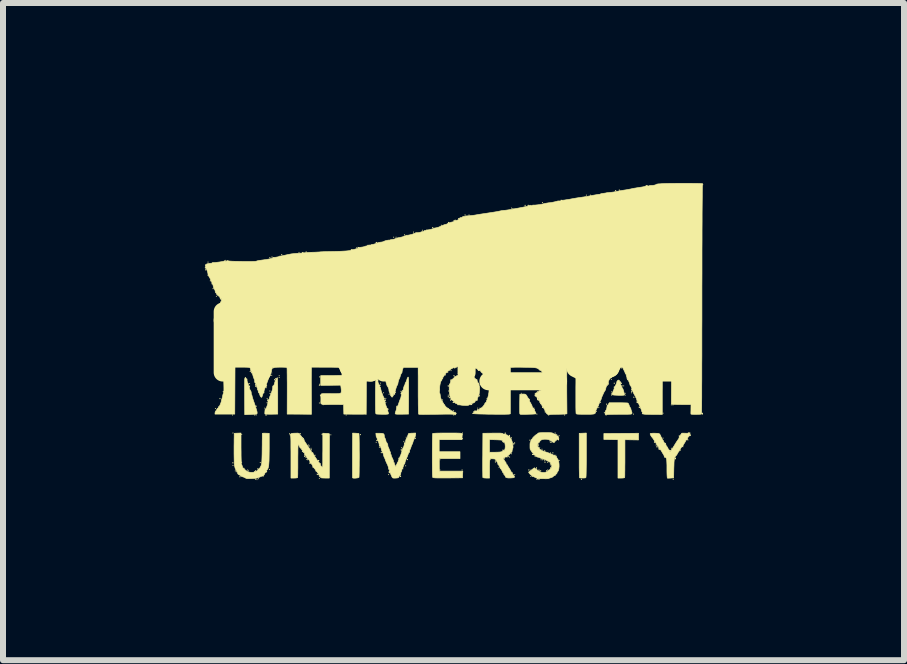
<source format=kicad_pcb>
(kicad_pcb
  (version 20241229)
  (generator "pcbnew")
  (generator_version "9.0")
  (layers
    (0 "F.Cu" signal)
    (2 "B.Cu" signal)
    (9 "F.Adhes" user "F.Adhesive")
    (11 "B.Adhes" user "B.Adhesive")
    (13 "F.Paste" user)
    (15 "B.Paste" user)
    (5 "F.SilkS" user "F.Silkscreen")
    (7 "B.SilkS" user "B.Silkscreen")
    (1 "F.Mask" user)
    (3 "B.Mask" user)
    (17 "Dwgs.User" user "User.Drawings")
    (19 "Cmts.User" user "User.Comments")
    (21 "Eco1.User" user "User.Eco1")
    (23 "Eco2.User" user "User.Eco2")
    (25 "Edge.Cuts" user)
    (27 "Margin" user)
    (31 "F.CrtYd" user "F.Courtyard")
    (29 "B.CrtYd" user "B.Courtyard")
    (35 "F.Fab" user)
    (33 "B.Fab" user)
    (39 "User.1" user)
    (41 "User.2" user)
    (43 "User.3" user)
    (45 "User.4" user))
  (footprint "mun_ss"
    (layer "F.Cu")
    (at 4.507 2.468)
    (property "Reference" "mun_ss" (at 0 0 0) (layer "F.SilkS") (effects (font (size 1.524 1.524) (thickness 0.3))))
    (attr through_hole)
    (fp_poly (pts (xy -4.126 -1.035) (xy -4.129 -1.031) (xy -4.133 -1.035) (xy -4.129 -1.039) (xy -4.126 -1.035)) (stroke (width 0.01) (type solid)) (fill yes) (layer "F.SilkS"))
    (fp_poly (pts (xy -4.126 -1.02) (xy -4.129 -1.016) (xy -4.133 -1.02) (xy -4.129 -1.024) (xy -4.126 -1.02)) (stroke (width 0.01) (type solid)) (fill yes) (layer "F.SilkS"))
    (fp_poly (pts (xy -4.087 -1.151) (xy -4.091 -1.147) (xy -4.095 -1.151) (xy -4.091 -1.155) (xy -4.087 -1.151)) (stroke (width 0.01) (type solid)) (fill yes) (layer "F.SilkS"))
    (fp_poly (pts (xy -3.964 1.289) (xy -3.968 1.293) (xy -3.972 1.289) (xy -3.968 1.285) (xy -3.964 1.289)) (stroke (width 0.01) (type solid)) (fill yes) (layer "F.SilkS"))
    (fp_poly (pts (xy -3.949 -0.581) (xy -3.952 -0.577) (xy -3.956 -0.581) (xy -3.952 -0.585) (xy -3.949 -0.581)) (stroke (width 0.01) (type solid)) (fill yes) (layer "F.SilkS"))
    (fp_poly (pts (xy -3.825 0.373) (xy -3.829 0.377) (xy -3.833 0.373) (xy -3.829 0.369) (xy -3.825 0.373)) (stroke (width 0.01) (type solid)) (fill yes) (layer "F.SilkS"))
    (fp_poly (pts (xy -3.679 1.397) (xy -3.683 1.401) (xy -3.687 1.397) (xy -3.683 1.393) (xy -3.679 1.397)) (stroke (width 0.01) (type solid)) (fill yes) (layer "F.SilkS"))
    (fp_poly (pts (xy -3.671 1.697) (xy -3.675 1.701) (xy -3.679 1.697) (xy -3.675 1.693) (xy -3.671 1.697)) (stroke (width 0.01) (type solid)) (fill yes) (layer "F.SilkS"))
    (fp_poly (pts (xy -3.671 2.236) (xy -3.675 2.24) (xy -3.679 2.236) (xy -3.675 2.232) (xy -3.671 2.236)) (stroke (width 0.01) (type solid)) (fill yes) (layer "F.SilkS"))
    (fp_poly (pts (xy -3.633 2.328) (xy -3.637 2.332) (xy -3.641 2.328) (xy -3.637 2.324) (xy -3.633 2.328)) (stroke (width 0.01) (type solid)) (fill yes) (layer "F.SilkS"))
    (fp_poly (pts (xy -3.618 2.344) (xy -3.621 2.348) (xy -3.625 2.344) (xy -3.621 2.34) (xy -3.618 2.344)) (stroke (width 0.01) (type solid)) (fill yes) (layer "F.SilkS"))
    (fp_poly (pts (xy -3.594 2.367) (xy -3.598 2.371) (xy -3.602 2.367) (xy -3.598 2.363) (xy -3.594 2.367)) (stroke (width 0.01) (type solid)) (fill yes) (layer "F.SilkS"))
    (fp_poly (pts (xy -3.556 2.428) (xy -3.56 2.432) (xy -3.564 2.428) (xy -3.56 2.425) (xy -3.556 2.428)) (stroke (width 0.01) (type solid)) (fill yes) (layer "F.SilkS"))
    (fp_poly (pts (xy -3.525 1.72) (xy -3.529 1.724) (xy -3.533 1.72) (xy -3.529 1.716) (xy -3.525 1.72)) (stroke (width 0.01) (type solid)) (fill yes) (layer "F.SilkS"))
    (fp_poly (pts (xy -3.425 2.313) (xy -3.429 2.317) (xy -3.433 2.313) (xy -3.429 2.309) (xy -3.425 2.313)) (stroke (width 0.01) (type solid)) (fill yes) (layer "F.SilkS"))
    (fp_poly (pts (xy -3.417 2.328) (xy -3.421 2.332) (xy -3.425 2.328) (xy -3.421 2.324) (xy -3.417 2.328)) (stroke (width 0.01) (type solid)) (fill yes) (layer "F.SilkS"))
    (fp_poly (pts (xy -3.394 0.874) (xy -3.398 0.877) (xy -3.402 0.874) (xy -3.398 0.87) (xy -3.394 0.874)) (stroke (width 0.01) (type solid)) (fill yes) (layer "F.SilkS"))
    (fp_poly (pts (xy -3.31 1.397) (xy -3.314 1.401) (xy -3.317 1.397) (xy -3.314 1.393) (xy -3.31 1.397)) (stroke (width 0.01) (type solid)) (fill yes) (layer "F.SilkS"))
    (fp_poly (pts (xy -3.294 0.92) (xy -3.298 0.924) (xy -3.302 0.92) (xy -3.298 0.916) (xy -3.294 0.92)) (stroke (width 0.01) (type solid)) (fill yes) (layer "F.SilkS"))
    (fp_poly (pts (xy -3.294 2.321) (xy -3.298 2.324) (xy -3.302 2.321) (xy -3.298 2.317) (xy -3.294 2.321)) (stroke (width 0.01) (type solid)) (fill yes) (layer "F.SilkS"))
    (fp_poly (pts (xy -3.294 2.467) (xy -3.298 2.471) (xy -3.302 2.467) (xy -3.298 2.463) (xy -3.294 2.467)) (stroke (width 0.01) (type solid)) (fill yes) (layer "F.SilkS"))
    (fp_poly (pts (xy -3.287 1.397) (xy -3.29 1.401) (xy -3.294 1.397) (xy -3.29 1.393) (xy -3.287 1.397)) (stroke (width 0.01) (type solid)) (fill yes) (layer "F.SilkS"))
    (fp_poly (pts (xy -3.271 2.475) (xy -3.275 2.478) (xy -3.279 2.475) (xy -3.275 2.471) (xy -3.271 2.475)) (stroke (width 0.01) (type solid)) (fill yes) (layer "F.SilkS"))
    (fp_poly (pts (xy -3.256 2.29) (xy -3.26 2.294) (xy -3.264 2.29) (xy -3.26 2.286) (xy -3.256 2.29)) (stroke (width 0.01) (type solid)) (fill yes) (layer "F.SilkS"))
    (fp_poly (pts (xy -3.248 2.459) (xy -3.252 2.463) (xy -3.256 2.459) (xy -3.252 2.455) (xy -3.248 2.459)) (stroke (width 0.01) (type solid)) (fill yes) (layer "F.SilkS"))
    (fp_poly (pts (xy -3.217 2.19) (xy -3.221 2.194) (xy -3.225 2.19) (xy -3.221 2.186) (xy -3.217 2.19)) (stroke (width 0.01) (type solid)) (fill yes) (layer "F.SilkS"))
    (fp_poly (pts (xy -3.14 1.282) (xy -3.144 1.285) (xy -3.148 1.282) (xy -3.144 1.278) (xy -3.14 1.282)) (stroke (width 0.01) (type solid)) (fill yes) (layer "F.SilkS"))
    (fp_poly (pts (xy -3.125 1.397) (xy -3.129 1.401) (xy -3.133 1.397) (xy -3.129 1.393) (xy -3.125 1.397)) (stroke (width 0.01) (type solid)) (fill yes) (layer "F.SilkS"))
    (fp_poly (pts (xy -3.117 0.943) (xy -3.121 0.947) (xy -3.125 0.943) (xy -3.121 0.939) (xy -3.117 0.943)) (stroke (width 0.01) (type solid)) (fill yes) (layer "F.SilkS"))
    (fp_poly (pts (xy -3.11 0.904) (xy -3.113 0.908) (xy -3.117 0.904) (xy -3.113 0.901) (xy -3.11 0.904)) (stroke (width 0.01) (type solid)) (fill yes) (layer "F.SilkS"))
    (fp_poly (pts (xy -3.11 1.397) (xy -3.113 1.401) (xy -3.117 1.397) (xy -3.113 1.393) (xy -3.11 1.397)) (stroke (width 0.01) (type solid)) (fill yes) (layer "F.SilkS"))
    (fp_poly (pts (xy -3.102 1.12) (xy -3.106 1.124) (xy -3.11 1.12) (xy -3.106 1.116) (xy -3.102 1.12)) (stroke (width 0.01) (type solid)) (fill yes) (layer "F.SilkS"))
    (fp_poly (pts (xy -3.063 2.305) (xy -3.067 2.309) (xy -3.071 2.305) (xy -3.067 2.301) (xy -3.063 2.305)) (stroke (width 0.01) (type solid)) (fill yes) (layer "F.SilkS"))
    (fp_poly (pts (xy -3.056 0.997) (xy -3.06 1.001) (xy -3.063 0.997) (xy -3.06 0.993) (xy -3.056 0.997)) (stroke (width 0.01) (type solid)) (fill yes) (layer "F.SilkS"))
    (fp_poly (pts (xy -3.048 0.735) (xy -3.052 0.739) (xy -3.056 0.735) (xy -3.052 0.731) (xy -3.048 0.735)) (stroke (width 0.01) (type solid)) (fill yes) (layer "F.SilkS"))
    (fp_poly (pts (xy -3.025 0.697) (xy -3.029 0.7) (xy -3.033 0.697) (xy -3.029 0.693) (xy -3.025 0.697)) (stroke (width 0.01) (type solid)) (fill yes) (layer "F.SilkS"))
    (fp_poly (pts (xy -3.025 0.735) (xy -3.029 0.739) (xy -3.033 0.735) (xy -3.029 0.731) (xy -3.025 0.735)) (stroke (width 0.01) (type solid)) (fill yes) (layer "F.SilkS"))
    (fp_poly (pts (xy -2.963 0.789) (xy -2.967 0.793) (xy -2.971 0.789) (xy -2.967 0.785) (xy -2.963 0.789)) (stroke (width 0.01) (type solid)) (fill yes) (layer "F.SilkS"))
    (fp_poly (pts (xy -2.902 0.743) (xy -2.906 0.747) (xy -2.909 0.743) (xy -2.906 0.739) (xy -2.902 0.743)) (stroke (width 0.01) (type solid)) (fill yes) (layer "F.SilkS"))
    (fp_poly (pts (xy -2.902 0.774) (xy -2.906 0.777) (xy -2.909 0.774) (xy -2.906 0.77) (xy -2.902 0.774)) (stroke (width 0.01) (type solid)) (fill yes) (layer "F.SilkS"))
    (fp_poly (pts (xy -2.725 1.705) (xy -2.729 1.709) (xy -2.732 1.705) (xy -2.729 1.701) (xy -2.725 1.705)) (stroke (width 0.01) (type solid)) (fill yes) (layer "F.SilkS"))
    (fp_poly (pts (xy -2.571 -1.312) (xy -2.575 -1.308) (xy -2.578 -1.312) (xy -2.575 -1.316) (xy -2.571 -1.312)) (stroke (width 0.01) (type solid)) (fill yes) (layer "F.SilkS"))
    (fp_poly (pts (xy -2.463 2.097) (xy -2.467 2.101) (xy -2.471 2.097) (xy -2.467 2.094) (xy -2.463 2.097)) (stroke (width 0.01) (type solid)) (fill yes) (layer "F.SilkS"))
    (fp_poly (pts (xy -2.409 1.897) (xy -2.413 1.901) (xy -2.417 1.897) (xy -2.413 1.893) (xy -2.409 1.897)) (stroke (width 0.01) (type solid)) (fill yes) (layer "F.SilkS"))
    (fp_poly (pts (xy -2.401 1.913) (xy -2.405 1.917) (xy -2.409 1.913) (xy -2.405 1.909) (xy -2.401 1.913)) (stroke (width 0.01) (type solid)) (fill yes) (layer "F.SilkS"))
    (fp_poly (pts (xy -2.371 1.951) (xy -2.375 1.955) (xy -2.378 1.951) (xy -2.375 1.947) (xy -2.371 1.951)) (stroke (width 0.01) (type solid)) (fill yes) (layer "F.SilkS"))
    (fp_poly (pts (xy -2.232 0.904) (xy -2.236 0.908) (xy -2.24 0.904) (xy -2.236 0.901) (xy -2.232 0.904)) (stroke (width 0.01) (type solid)) (fill yes) (layer "F.SilkS"))
    (fp_poly (pts (xy -2.232 1.197) (xy -2.236 1.201) (xy -2.24 1.197) (xy -2.236 1.193) (xy -2.232 1.197)) (stroke (width 0.01) (type solid)) (fill yes) (layer "F.SilkS"))
    (fp_poly (pts (xy -2.232 2.421) (xy -2.236 2.425) (xy -2.24 2.421) (xy -2.236 2.417) (xy -2.232 2.421)) (stroke (width 0.01) (type solid)) (fill yes) (layer "F.SilkS"))
    (fp_poly (pts (xy -2.232 2.451) (xy -2.236 2.455) (xy -2.24 2.451) (xy -2.236 2.448) (xy -2.232 2.451)) (stroke (width 0.01) (type solid)) (fill yes) (layer "F.SilkS"))
    (fp_poly (pts (xy -2.04 1.728) (xy -2.044 1.732) (xy -2.047 1.728) (xy -2.044 1.724) (xy -2.04 1.728)) (stroke (width 0.01) (type solid)) (fill yes) (layer "F.SilkS"))
    (fp_poly (pts (xy -1.786 1.397) (xy -1.79 1.401) (xy -1.793 1.397) (xy -1.79 1.393) (xy -1.786 1.397)) (stroke (width 0.01) (type solid)) (fill yes) (layer "F.SilkS"))
    (fp_poly (pts (xy -1.609 -1.389) (xy -1.613 -1.385) (xy -1.616 -1.389) (xy -1.613 -1.393) (xy -1.609 -1.389)) (stroke (width 0.01) (type solid)) (fill yes) (layer "F.SilkS"))
    (fp_poly (pts (xy -1.455 1.389) (xy -1.459 1.393) (xy -1.462 1.389) (xy -1.459 1.385) (xy -1.455 1.389)) (stroke (width 0.01) (type solid)) (fill yes) (layer "F.SilkS"))
    (fp_poly (pts (xy -1.285 1.851) (xy -1.289 1.855) (xy -1.293 1.851) (xy -1.289 1.847) (xy -1.285 1.851)) (stroke (width 0.01) (type solid)) (fill yes) (layer "F.SilkS"))
    (fp_poly (pts (xy -1.278 1.82) (xy -1.282 1.824) (xy -1.285 1.82) (xy -1.282 1.816) (xy -1.278 1.82)) (stroke (width 0.01) (type solid)) (fill yes) (layer "F.SilkS"))
    (fp_poly (pts (xy -1.216 0.866) (xy -1.22 0.87) (xy -1.224 0.866) (xy -1.22 0.862) (xy -1.216 0.866)) (stroke (width 0.01) (type solid)) (fill yes) (layer "F.SilkS"))
    (fp_poly (pts (xy -1.201 0.673) (xy -1.205 0.677) (xy -1.208 0.673) (xy -1.205 0.67) (xy -1.201 0.673)) (stroke (width 0.01) (type solid)) (fill yes) (layer "F.SilkS"))
    (fp_poly (pts (xy -1.193 0.697) (xy -1.197 0.7) (xy -1.201 0.697) (xy -1.197 0.693) (xy -1.193 0.697)) (stroke (width 0.01) (type solid)) (fill yes) (layer "F.SilkS"))
    (fp_poly (pts (xy -1.162 1.028) (xy -1.166 1.031) (xy -1.17 1.028) (xy -1.166 1.024) (xy -1.162 1.028)) (stroke (width 0.01) (type solid)) (fill yes) (layer "F.SilkS"))
    (fp_poly (pts (xy -1.124 1.12) (xy -1.128 1.124) (xy -1.131 1.12) (xy -1.128 1.116) (xy -1.124 1.12)) (stroke (width 0.01) (type solid)) (fill yes) (layer "F.SilkS"))
    (fp_poly (pts (xy -1.124 1.189) (xy -1.128 1.193) (xy -1.131 1.189) (xy -1.128 1.185) (xy -1.124 1.189)) (stroke (width 0.01) (type solid)) (fill yes) (layer "F.SilkS"))
    (fp_poly (pts (xy -1.078 2.39) (xy -1.081 2.394) (xy -1.085 2.39) (xy -1.081 2.386) (xy -1.078 2.39)) (stroke (width 0.01) (type solid)) (fill yes) (layer "F.SilkS"))
    (fp_poly (pts (xy -1.07 1.051) (xy -1.074 1.054) (xy -1.078 1.051) (xy -1.074 1.047) (xy -1.07 1.051)) (stroke (width 0.01) (type solid)) (fill yes) (layer "F.SilkS"))
    (fp_poly (pts (xy -0.993 -1.566) (xy -0.997 -1.562) (xy -1.001 -1.566) (xy -0.997 -1.57) (xy -0.993 -1.566)) (stroke (width 0.01) (type solid)) (fill yes) (layer "F.SilkS"))
    (fp_poly (pts (xy -0.962 1.02) (xy -0.966 1.024) (xy -0.97 1.02) (xy -0.966 1.016) (xy -0.962 1.02)) (stroke (width 0.01) (type solid)) (fill yes) (layer "F.SilkS"))
    (fp_poly (pts (xy -0.954 -1.566) (xy -0.958 -1.562) (xy -0.962 -1.566) (xy -0.958 -1.57) (xy -0.954 -1.566)) (stroke (width 0.01) (type solid)) (fill yes) (layer "F.SilkS"))
    (fp_poly (pts (xy -0.862 1.943) (xy -0.866 1.947) (xy -0.87 1.943) (xy -0.866 1.94) (xy -0.862 1.943)) (stroke (width 0.01) (type solid)) (fill yes) (layer "F.SilkS"))
    (fp_poly (pts (xy -0.824 1.836) (xy -0.827 1.84) (xy -0.831 1.836) (xy -0.827 1.832) (xy -0.824 1.836)) (stroke (width 0.01) (type solid)) (fill yes) (layer "F.SilkS"))
    (fp_poly (pts (xy -0.793 2.244) (xy -0.797 2.248) (xy -0.8 2.244) (xy -0.797 2.24) (xy -0.793 2.244)) (stroke (width 0.01) (type solid)) (fill yes) (layer "F.SilkS"))
    (fp_poly (pts (xy -0.785 1.766) (xy -0.789 1.77) (xy -0.793 1.766) (xy -0.789 1.763) (xy -0.785 1.766)) (stroke (width 0.01) (type solid)) (fill yes) (layer "F.SilkS"))
    (fp_poly (pts (xy -0.662 -1.651) (xy -0.666 -1.647) (xy -0.67 -1.651) (xy -0.666 -1.655) (xy -0.662 -1.651)) (stroke (width 0.01) (type solid)) (fill yes) (layer "F.SilkS"))
    (fp_poly (pts (xy -0.516 -1.682) (xy -0.52 -1.678) (xy -0.523 -1.682) (xy -0.52 -1.686) (xy -0.516 -1.682)) (stroke (width 0.01) (type solid)) (fill yes) (layer "F.SilkS"))
    (fp_poly (pts (xy -0.223 2.144) (xy -0.227 2.147) (xy -0.231 2.144) (xy -0.227 2.14) (xy -0.223 2.144)) (stroke (width 0.01) (type solid)) (fill yes) (layer "F.SilkS"))
    (fp_poly (pts (xy -0.223 2.313) (xy -0.227 2.317) (xy -0.231 2.313) (xy -0.227 2.309) (xy -0.223 2.313)) (stroke (width 0.01) (type solid)) (fill yes) (layer "F.SilkS"))
    (fp_poly (pts (xy -0.2 -1.766) (xy -0.204 -1.763) (xy -0.208 -1.766) (xy -0.204 -1.77) (xy -0.2 -1.766)) (stroke (width 0.01) (type solid)) (fill yes) (layer "F.SilkS"))
    (fp_poly (pts (xy -0.177 0.789) (xy -0.181 0.793) (xy -0.185 0.789) (xy -0.181 0.785) (xy -0.177 0.789)) (stroke (width 0.01) (type solid)) (fill yes) (layer "F.SilkS"))
    (fp_poly (pts (xy -0.092 0.689) (xy -0.096 0.693) (xy -0.1 0.689) (xy -0.096 0.685) (xy -0.092 0.689)) (stroke (width 0.01) (type solid)) (fill yes) (layer "F.SilkS"))
    (fp_poly (pts (xy -0.085 1.066) (xy -0.089 1.07) (xy -0.092 1.066) (xy -0.089 1.062) (xy -0.085 1.066)) (stroke (width 0.01) (type solid)) (fill yes) (layer "F.SilkS"))
    (fp_poly (pts (xy -0.077 0.997) (xy -0.081 1.001) (xy -0.085 0.997) (xy -0.081 0.993) (xy -0.077 0.997)) (stroke (width 0.01) (type solid)) (fill yes) (layer "F.SilkS"))
    (fp_poly (pts (xy -0.038 0.658) (xy -0.042 0.662) (xy -0.046 0.658) (xy -0.042 0.654) (xy -0.038 0.658)) (stroke (width 0.01) (type solid)) (fill yes) (layer "F.SilkS"))
    (fp_poly (pts (xy 0.008 1.397) (xy 0.004 1.401) (xy 0 1.397) (xy 0.004 1.393) (xy 0.008 1.397)) (stroke (width 0.01) (type solid)) (fill yes) (layer "F.SilkS"))
    (fp_poly (pts (xy 0.031 -1.851) (xy 0.027 -1.847) (xy 0.023 -1.851) (xy 0.027 -1.855) (xy 0.031 -1.851)) (stroke (width 0.01) (type solid)) (fill yes) (layer "F.SilkS"))
    (fp_poly (pts (xy 0.146 2.313) (xy 0.142 2.317) (xy 0.139 2.313) (xy 0.142 2.309) (xy 0.146 2.313)) (stroke (width 0.01) (type solid)) (fill yes) (layer "F.SilkS"))
    (fp_poly (pts (xy 0.154 1.697) (xy 0.15 1.701) (xy 0.146 1.697) (xy 0.15 1.693) (xy 0.154 1.697)) (stroke (width 0.01) (type solid)) (fill yes) (layer "F.SilkS"))
    (fp_poly (pts (xy 0.154 1.79) (xy 0.15 1.793) (xy 0.146 1.79) (xy 0.15 1.786) (xy 0.154 1.79)) (stroke (width 0.01) (type solid)) (fill yes) (layer "F.SilkS"))
    (fp_poly (pts (xy 0.246 0.612) (xy 0.242 0.616) (xy 0.239 0.612) (xy 0.242 0.608) (xy 0.246 0.612)) (stroke (width 0.01) (type solid)) (fill yes) (layer "F.SilkS"))
    (fp_poly (pts (xy 0.262 -1.936) (xy 0.258 -1.932) (xy 0.254 -1.936) (xy 0.258 -1.94) (xy 0.262 -1.936)) (stroke (width 0.01) (type solid)) (fill yes) (layer "F.SilkS"))
    (fp_poly (pts (xy 0.277 0.704) (xy 0.273 0.708) (xy 0.269 0.704) (xy 0.273 0.7) (xy 0.277 0.704)) (stroke (width 0.01) (type solid)) (fill yes) (layer "F.SilkS"))
    (fp_poly (pts (xy 0.408 1.282) (xy 0.404 1.285) (xy 0.4 1.282) (xy 0.404 1.278) (xy 0.408 1.282)) (stroke (width 0.01) (type solid)) (fill yes) (layer "F.SilkS"))
    (fp_poly (pts (xy 0.446 0.889) (xy 0.443 0.893) (xy 0.439 0.889) (xy 0.443 0.885) (xy 0.446 0.889)) (stroke (width 0.01) (type solid)) (fill yes) (layer "F.SilkS"))
    (fp_poly (pts (xy 0.562 1.12) (xy 0.558 1.124) (xy 0.554 1.12) (xy 0.558 1.116) (xy 0.562 1.12)) (stroke (width 0.01) (type solid)) (fill yes) (layer "F.SilkS"))
    (fp_poly (pts (xy 0.7 2.182) (xy 0.697 2.186) (xy 0.693 2.182) (xy 0.697 2.178) (xy 0.7 2.182)) (stroke (width 0.01) (type solid)) (fill yes) (layer "F.SilkS"))
    (fp_poly (pts (xy 0.762 2.267) (xy 0.758 2.271) (xy 0.754 2.267) (xy 0.758 2.263) (xy 0.762 2.267)) (stroke (width 0.01) (type solid)) (fill yes) (layer "F.SilkS"))
    (fp_poly (pts (xy 0.824 1.982) (xy 0.82 1.986) (xy 0.816 1.982) (xy 0.82 1.978) (xy 0.824 1.982)) (stroke (width 0.01) (type solid)) (fill yes) (layer "F.SilkS"))
    (fp_poly (pts (xy 0.924 2.09) (xy 0.92 2.094) (xy 0.916 2.09) (xy 0.92 2.086) (xy 0.924 2.09)) (stroke (width 0.01) (type solid)) (fill yes) (layer "F.SilkS"))
    (fp_poly (pts (xy 0.939 2.097) (xy 0.935 2.101) (xy 0.931 2.097) (xy 0.935 2.094) (xy 0.939 2.097)) (stroke (width 0.01) (type solid)) (fill yes) (layer "F.SilkS"))
    (fp_poly (pts (xy 0.97 -2.051) (xy 0.966 -2.047) (xy 0.962 -2.051) (xy 0.966 -2.055) (xy 0.97 -2.051)) (stroke (width 0.01) (type solid)) (fill yes) (layer "F.SilkS"))
    (fp_poly (pts (xy 0.97 2.044) (xy 0.966 2.047) (xy 0.962 2.044) (xy 0.966 2.04) (xy 0.97 2.044)) (stroke (width 0.01) (type solid)) (fill yes) (layer "F.SilkS"))
    (fp_poly (pts (xy 0.993 -2.044) (xy 0.989 -2.04) (xy 0.985 -2.044) (xy 0.989 -2.047) (xy 0.993 -2.044)) (stroke (width 0.01) (type solid)) (fill yes) (layer "F.SilkS"))
    (fp_poly (pts (xy 1.024 2.39) (xy 1.02 2.394) (xy 1.016 2.39) (xy 1.02 2.386) (xy 1.024 2.39)) (stroke (width 0.01) (type solid)) (fill yes) (layer "F.SilkS"))
    (fp_poly (pts (xy 1.116 0.704) (xy 1.112 0.708) (xy 1.108 0.704) (xy 1.112 0.7) (xy 1.116 0.704)) (stroke (width 0.01) (type solid)) (fill yes) (layer "F.SilkS"))
    (fp_poly (pts (xy 1.131 1.035) (xy 1.128 1.039) (xy 1.124 1.035) (xy 1.128 1.031) (xy 1.131 1.035)) (stroke (width 0.01) (type solid)) (fill yes) (layer "F.SilkS"))
    (fp_poly (pts (xy 1.255 2.313) (xy 1.251 2.317) (xy 1.247 2.313) (xy 1.251 2.309) (xy 1.255 2.313)) (stroke (width 0.01) (type solid)) (fill yes) (layer "F.SilkS"))
    (fp_poly (pts (xy 1.278 0.712) (xy 1.274 0.716) (xy 1.27 0.712) (xy 1.274 0.708) (xy 1.278 0.712)) (stroke (width 0.01) (type solid)) (fill yes) (layer "F.SilkS"))
    (fp_poly (pts (xy 1.278 2.313) (xy 1.274 2.317) (xy 1.27 2.313) (xy 1.274 2.309) (xy 1.278 2.313)) (stroke (width 0.01) (type solid)) (fill yes) (layer "F.SilkS"))
    (fp_poly (pts (xy 1.293 2.421) (xy 1.289 2.425) (xy 1.285 2.421) (xy 1.289 2.417) (xy 1.293 2.421)) (stroke (width 0.01) (type solid)) (fill yes) (layer "F.SilkS"))
    (fp_poly (pts (xy 1.308 0.704) (xy 1.305 0.708) (xy 1.301 0.704) (xy 1.305 0.7) (xy 1.308 0.704)) (stroke (width 0.01) (type solid)) (fill yes) (layer "F.SilkS"))
    (fp_poly (pts (xy 1.308 0.92) (xy 1.305 0.924) (xy 1.301 0.92) (xy 1.305 0.916) (xy 1.308 0.92)) (stroke (width 0.01) (type solid)) (fill yes) (layer "F.SilkS"))
    (fp_poly (pts (xy 1.347 0.743) (xy 1.343 0.747) (xy 1.339 0.743) (xy 1.343 0.739) (xy 1.347 0.743)) (stroke (width 0.01) (type solid)) (fill yes) (layer "F.SilkS"))
    (fp_poly (pts (xy 1.362 2.09) (xy 1.359 2.094) (xy 1.355 2.09) (xy 1.359 2.086) (xy 1.362 2.09)) (stroke (width 0.01) (type solid)) (fill yes) (layer "F.SilkS"))
    (fp_poly (pts (xy 1.378 1.089) (xy 1.374 1.093) (xy 1.37 1.089) (xy 1.374 1.085) (xy 1.378 1.089)) (stroke (width 0.01) (type solid)) (fill yes) (layer "F.SilkS"))
    (fp_poly (pts (xy 1.385 2.274) (xy 1.382 2.278) (xy 1.378 2.274) (xy 1.382 2.271) (xy 1.385 2.274)) (stroke (width 0.01) (type solid)) (fill yes) (layer "F.SilkS"))
    (fp_poly (pts (xy 1.393 1.382) (xy 1.389 1.385) (xy 1.385 1.382) (xy 1.389 1.378) (xy 1.393 1.382)) (stroke (width 0.01) (type solid)) (fill yes) (layer "F.SilkS"))
    (fp_poly (pts (xy 1.401 1.004) (xy 1.397 1.008) (xy 1.393 1.004) (xy 1.397 1.001) (xy 1.401 1.004)) (stroke (width 0.01) (type solid)) (fill yes) (layer "F.SilkS"))
    (fp_poly (pts (xy 1.439 1.943) (xy 1.435 1.947) (xy 1.432 1.943) (xy 1.435 1.94) (xy 1.439 1.943)) (stroke (width 0.01) (type solid)) (fill yes) (layer "F.SilkS"))
    (fp_poly (pts (xy 1.462 2.144) (xy 1.459 2.147) (xy 1.455 2.144) (xy 1.459 2.14) (xy 1.462 2.144)) (stroke (width 0.01) (type solid)) (fill yes) (layer "F.SilkS"))
    (fp_poly (pts (xy 1.478 1.967) (xy 1.474 1.97) (xy 1.47 1.967) (xy 1.474 1.963) (xy 1.478 1.967)) (stroke (width 0.01) (type solid)) (fill yes) (layer "F.SilkS"))
    (fp_poly (pts (xy 1.486 -2.144) (xy 1.482 -2.14) (xy 1.478 -2.144) (xy 1.482 -2.147) (xy 1.486 -2.144)) (stroke (width 0.01) (type solid)) (fill yes) (layer "F.SilkS"))
    (fp_poly (pts (xy 1.486 0.951) (xy 1.482 0.954) (xy 1.478 0.951) (xy 1.482 0.947) (xy 1.486 0.951)) (stroke (width 0.01) (type solid)) (fill yes) (layer "F.SilkS"))
    (fp_poly (pts (xy 1.486 2.144) (xy 1.482 2.147) (xy 1.478 2.144) (xy 1.482 2.14) (xy 1.486 2.144)) (stroke (width 0.01) (type solid)) (fill yes) (layer "F.SilkS"))
    (fp_poly (pts (xy 1.493 0.727) (xy 1.489 0.731) (xy 1.486 0.727) (xy 1.489 0.724) (xy 1.493 0.727)) (stroke (width 0.01) (type solid)) (fill yes) (layer "F.SilkS"))
    (fp_poly (pts (xy 1.524 0.82) (xy 1.52 0.824) (xy 1.516 0.82) (xy 1.52 0.816) (xy 1.524 0.82)) (stroke (width 0.01) (type solid)) (fill yes) (layer "F.SilkS"))
    (fp_poly (pts (xy 1.524 1.99) (xy 1.52 1.994) (xy 1.516 1.99) (xy 1.52 1.986) (xy 1.524 1.99)) (stroke (width 0.01) (type solid)) (fill yes) (layer "F.SilkS"))
    (fp_poly (pts (xy 1.524 2.159) (xy 1.52 2.163) (xy 1.516 2.159) (xy 1.52 2.155) (xy 1.524 2.159)) (stroke (width 0.01) (type solid)) (fill yes) (layer "F.SilkS"))
    (fp_poly (pts (xy 1.555 2.321) (xy 1.551 2.324) (xy 1.547 2.321) (xy 1.551 2.317) (xy 1.555 2.321)) (stroke (width 0.01) (type solid)) (fill yes) (layer "F.SilkS"))
    (fp_poly (pts (xy 1.616 1.851) (xy 1.613 1.855) (xy 1.609 1.851) (xy 1.613 1.847) (xy 1.616 1.851)) (stroke (width 0.01) (type solid)) (fill yes) (layer "F.SilkS"))
    (fp_poly (pts (xy 1.616 2.028) (xy 1.613 2.032) (xy 1.609 2.028) (xy 1.613 2.024) (xy 1.616 2.028)) (stroke (width 0.01) (type solid)) (fill yes) (layer "F.SilkS"))
    (fp_poly (pts (xy 1.616 2.205) (xy 1.613 2.209) (xy 1.609 2.205) (xy 1.613 2.201) (xy 1.616 2.205)) (stroke (width 0.01) (type solid)) (fill yes) (layer "F.SilkS"))
    (fp_poly (pts (xy 1.616 2.228) (xy 1.613 2.232) (xy 1.609 2.228) (xy 1.613 2.224) (xy 1.616 2.228)) (stroke (width 0.01) (type solid)) (fill yes) (layer "F.SilkS"))
    (fp_poly (pts (xy 1.624 2.274) (xy 1.62 2.278) (xy 1.616 2.274) (xy 1.62 2.271) (xy 1.624 2.274)) (stroke (width 0.01) (type solid)) (fill yes) (layer "F.SilkS"))
    (fp_poly (pts (xy 1.632 1.851) (xy 1.628 1.855) (xy 1.624 1.851) (xy 1.628 1.847) (xy 1.632 1.851)) (stroke (width 0.01) (type solid)) (fill yes) (layer "F.SilkS"))
    (fp_poly (pts (xy 1.686 2.067) (xy 1.682 2.07) (xy 1.678 2.067) (xy 1.682 2.063) (xy 1.686 2.067)) (stroke (width 0.01) (type solid)) (fill yes) (layer "F.SilkS"))
    (fp_poly (pts (xy 1.709 2.067) (xy 1.705 2.07) (xy 1.701 2.067) (xy 1.705 2.063) (xy 1.709 2.067)) (stroke (width 0.01) (type solid)) (fill yes) (layer "F.SilkS"))
    (fp_poly (pts (xy 1.724 1.72) (xy 1.72 1.724) (xy 1.716 1.72) (xy 1.72 1.716) (xy 1.724 1.72)) (stroke (width 0.01) (type solid)) (fill yes) (layer "F.SilkS"))
    (fp_poly (pts (xy 1.724 2.375) (xy 1.72 2.378) (xy 1.716 2.375) (xy 1.72 2.371) (xy 1.724 2.375)) (stroke (width 0.01) (type solid)) (fill yes) (layer "F.SilkS"))
    (fp_poly (pts (xy 1.763 1.743) (xy 1.759 1.747) (xy 1.755 1.743) (xy 1.759 1.74) (xy 1.763 1.743)) (stroke (width 0.01) (type solid)) (fill yes) (layer "F.SilkS"))
    (fp_poly (pts (xy 1.855 1.397) (xy 1.851 1.401) (xy 1.847 1.397) (xy 1.851 1.393) (xy 1.855 1.397)) (stroke (width 0.01) (type solid)) (fill yes) (layer "F.SilkS"))
    (fp_poly (pts (xy 2.217 -2.267) (xy 2.213 -2.263) (xy 2.209 -2.267) (xy 2.213 -2.271) (xy 2.217 -2.267)) (stroke (width 0.01) (type solid)) (fill yes) (layer "F.SilkS"))
    (fp_poly (pts (xy 2.286 -2.267) (xy 2.282 -2.263) (xy 2.278 -2.267) (xy 2.282 -2.271) (xy 2.286 -2.267)) (stroke (width 0.01) (type solid)) (fill yes) (layer "F.SilkS"))
    (fp_poly (pts (xy 2.386 1.335) (xy 2.382 1.339) (xy 2.378 1.335) (xy 2.382 1.332) (xy 2.386 1.335)) (stroke (width 0.01) (type solid)) (fill yes) (layer "F.SilkS"))
    (fp_poly (pts (xy 2.425 1.274) (xy 2.421 1.278) (xy 2.417 1.274) (xy 2.421 1.27) (xy 2.425 1.274)) (stroke (width 0.01) (type solid)) (fill yes) (layer "F.SilkS"))
    (fp_poly (pts (xy 2.455 1.189) (xy 2.451 1.193) (xy 2.448 1.189) (xy 2.451 1.185) (xy 2.455 1.189)) (stroke (width 0.01) (type solid)) (fill yes) (layer "F.SilkS"))
    (fp_poly (pts (xy 2.517 1.359) (xy 2.513 1.362) (xy 2.509 1.359) (xy 2.513 1.355) (xy 2.517 1.359)) (stroke (width 0.01) (type solid)) (fill yes) (layer "F.SilkS"))
    (fp_poly (pts (xy 2.632 0.804) (xy 2.629 0.808) (xy 2.625 0.804) (xy 2.629 0.8) (xy 2.632 0.804)) (stroke (width 0.01) (type solid)) (fill yes) (layer "F.SilkS"))
    (fp_poly (pts (xy 2.64 1.012) (xy 2.636 1.016) (xy 2.632 1.012) (xy 2.636 1.008) (xy 2.64 1.012)) (stroke (width 0.01) (type solid)) (fill yes) (layer "F.SilkS"))
    (fp_poly (pts (xy 2.64 1.066) (xy 2.636 1.07) (xy 2.632 1.066) (xy 2.636 1.062) (xy 2.64 1.066)) (stroke (width 0.01) (type solid)) (fill yes) (layer "F.SilkS"))
    (fp_poly (pts (xy 2.671 0.697) (xy 2.667 0.7) (xy 2.663 0.697) (xy 2.667 0.693) (xy 2.671 0.697)) (stroke (width 0.01) (type solid)) (fill yes) (layer "F.SilkS"))
    (fp_poly (pts (xy 2.84 0.912) (xy 2.836 0.916) (xy 2.832 0.912) (xy 2.836 0.908) (xy 2.84 0.912)) (stroke (width 0.01) (type solid)) (fill yes) (layer "F.SilkS"))
    (fp_poly (pts (xy 2.863 1.035) (xy 2.859 1.039) (xy 2.856 1.035) (xy 2.859 1.031) (xy 2.863 1.035)) (stroke (width 0.01) (type solid)) (fill yes) (layer "F.SilkS"))
    (fp_poly (pts (xy 2.863 1.066) (xy 2.859 1.07) (xy 2.856 1.066) (xy 2.859 1.062) (xy 2.863 1.066)) (stroke (width 0.01) (type solid)) (fill yes) (layer "F.SilkS"))
    (fp_poly (pts (xy 2.971 1.028) (xy 2.967 1.031) (xy 2.963 1.028) (xy 2.967 1.024) (xy 2.971 1.028)) (stroke (width 0.01) (type solid)) (fill yes) (layer "F.SilkS"))
    (fp_poly (pts (xy 3.002 1.382) (xy 2.998 1.385) (xy 2.994 1.382) (xy 2.998 1.378) (xy 3.002 1.382)) (stroke (width 0.01) (type solid)) (fill yes) (layer "F.SilkS"))
    (fp_poly (pts (xy 3.379 1.897) (xy 3.375 1.901) (xy 3.371 1.897) (xy 3.375 1.893) (xy 3.379 1.897)) (stroke (width 0.01) (type solid)) (fill yes) (layer "F.SilkS"))
    (fp_poly (pts (xy 3.387 1.928) (xy 3.383 1.932) (xy 3.379 1.928) (xy 3.383 1.924) (xy 3.387 1.928)) (stroke (width 0.01) (type solid)) (fill yes) (layer "F.SilkS"))
    (fp_poly (pts (xy 3.402 1.928) (xy 3.398 1.932) (xy 3.394 1.928) (xy 3.398 1.924) (xy 3.402 1.928)) (stroke (width 0.01) (type solid)) (fill yes) (layer "F.SilkS"))
    (fp_poly (pts (xy 3.494 1.366) (xy 3.491 1.37) (xy 3.487 1.366) (xy 3.491 1.362) (xy 3.494 1.366)) (stroke (width 0.01) (type solid)) (fill yes) (layer "F.SilkS"))
    (fp_poly (pts (xy 3.494 1.782) (xy 3.491 1.786) (xy 3.487 1.782) (xy 3.491 1.778) (xy 3.494 1.782)) (stroke (width 0.01) (type solid)) (fill yes) (layer "F.SilkS"))
    (fp_poly (pts (xy 3.633 1.228) (xy 3.629 1.232) (xy 3.625 1.228) (xy 3.629 1.224) (xy 3.633 1.228)) (stroke (width 0.01) (type solid)) (fill yes) (layer "F.SilkS"))
    (fp_poly (pts (xy 3.633 1.951) (xy 3.629 1.955) (xy 3.625 1.951) (xy 3.629 1.947) (xy 3.633 1.951)) (stroke (width 0.01) (type solid)) (fill yes) (layer "F.SilkS"))
    (fp_poly (pts (xy 3.664 2.467) (xy 3.66 2.471) (xy 3.656 2.467) (xy 3.66 2.463) (xy 3.664 2.467)) (stroke (width 0.01) (type solid)) (fill yes) (layer "F.SilkS"))
    (fp_poly (pts (xy 3.787 1.982) (xy 3.783 1.986) (xy 3.779 1.982) (xy 3.783 1.978) (xy 3.787 1.982)) (stroke (width 0.01) (type solid)) (fill yes) (layer "F.SilkS"))
    (fp_poly (pts (xy 3.91 1.813) (xy 3.906 1.816) (xy 3.902 1.813) (xy 3.906 1.809) (xy 3.91 1.813)) (stroke (width 0.01) (type solid)) (fill yes) (layer "F.SilkS"))
    (fp_poly (pts (xy -4.051 -0.844) (xy -4.05 -0.835) (xy -4.051 -0.834) (xy -4.056 -0.835) (xy -4.056 -0.839) (xy -4.053 -0.845) (xy -4.051 -0.844)) (stroke (width 0.01) (type solid)) (fill yes) (layer "F.SilkS"))
    (fp_poly (pts (xy -4.005 -0.713) (xy -4.004 -0.704) (xy -4.005 -0.703) (xy -4.01 -0.704) (xy -4.01 -0.708) (xy -4.007 -0.714) (xy -4.005 -0.713)) (stroke (width 0.01) (type solid)) (fill yes) (layer "F.SilkS"))
    (fp_poly (pts (xy -3.89 1.119) (xy -3.889 1.128) (xy -3.89 1.129) (xy -3.894 1.128) (xy -3.895 1.124) (xy -3.892 1.117) (xy -3.89 1.119)) (stroke (width 0.01) (type solid)) (fill yes) (layer "F.SilkS"))
    (fp_poly (pts (xy -3.882 -0.136) (xy -3.881 -0.127) (xy -3.882 -0.126) (xy -3.886 -0.127) (xy -3.887 -0.131) (xy -3.884 -0.137) (xy -3.882 -0.136)) (stroke (width 0.01) (type solid)) (fill yes) (layer "F.SilkS"))
    (fp_poly (pts (xy -3.836 0.799) (xy -3.835 0.814) (xy -3.836 0.818) (xy -3.838 0.819) (xy -3.84 0.808) (xy -3.838 0.797) (xy -3.836 0.799)) (stroke (width 0.01) (type solid)) (fill yes) (layer "F.SilkS"))
    (fp_poly (pts (xy -3.836 1.003) (xy -3.835 1.012) (xy -3.836 1.013) (xy -3.84 1.012) (xy -3.841 1.008) (xy -3.838 1.002) (xy -3.836 1.003)) (stroke (width 0.01) (type solid)) (fill yes) (layer "F.SilkS"))
    (fp_poly (pts (xy -3.805 0.168) (xy -3.804 0.18) (xy -3.805 0.183) (xy -3.809 0.18) (xy -3.809 0.173) (xy -3.808 0.164) (xy -3.805 0.168)) (stroke (width 0.01) (type solid)) (fill yes) (layer "F.SilkS"))
    (fp_poly (pts (xy -3.674 2.189) (xy -3.673 2.198) (xy -3.674 2.199) (xy -3.679 2.198) (xy -3.679 2.194) (xy -3.676 2.187) (xy -3.674 2.189)) (stroke (width 0.01) (type solid)) (fill yes) (layer "F.SilkS"))
    (fp_poly (pts (xy -3.551 2.412) (xy -3.552 2.416) (xy -3.556 2.417) (xy -3.562 2.414) (xy -3.561 2.412) (xy -3.552 2.411) (xy -3.551 2.412)) (stroke (width 0.01) (type solid)) (fill yes) (layer "F.SilkS"))
    (fp_poly (pts (xy -3.382 0.672) (xy -3.383 0.677) (xy -3.387 0.677) (xy -3.393 0.675) (xy -3.392 0.672) (xy -3.383 0.671) (xy -3.382 0.672)) (stroke (width 0.01) (type solid)) (fill yes) (layer "F.SilkS"))
    (fp_poly (pts (xy -3.366 0.688) (xy -3.365 0.697) (xy -3.366 0.698) (xy -3.371 0.697) (xy -3.371 0.693) (xy -3.368 0.686) (xy -3.366 0.688)) (stroke (width 0.01) (type solid)) (fill yes) (layer "F.SilkS"))
    (fp_poly (pts (xy -3.289 1.245) (xy -3.288 1.257) (xy -3.29 1.26) (xy -3.293 1.258) (xy -3.294 1.25) (xy -3.292 1.242) (xy -3.289 1.245)) (stroke (width 0.01) (type solid)) (fill yes) (layer "F.SilkS"))
    (fp_poly (pts (xy -3.104 1.188) (xy -3.104 1.197) (xy -3.104 1.198) (xy -3.109 1.197) (xy -3.11 1.193) (xy -3.107 1.187) (xy -3.104 1.188)) (stroke (width 0.01) (type solid)) (fill yes) (layer "F.SilkS"))
    (fp_poly (pts (xy -3.058 -1.229) (xy -3.057 -1.22) (xy -3.058 -1.219) (xy -3.063 -1.22) (xy -3.063 -1.224) (xy -3.061 -1.23) (xy -3.058 -1.229)) (stroke (width 0.01) (type solid)) (fill yes) (layer "F.SilkS"))
    (fp_poly (pts (xy -3.051 1.034) (xy -3.052 1.039) (xy -3.056 1.039) (xy -3.062 1.036) (xy -3.061 1.034) (xy -3.052 1.033) (xy -3.051 1.034)) (stroke (width 0.01) (type solid)) (fill yes) (layer "F.SilkS"))
    (fp_poly (pts (xy -3.02 -1.237) (xy -3.021 -1.232) (xy -3.025 -1.232) (xy -3.031 -1.234) (xy -3.03 -1.237) (xy -3.021 -1.238) (xy -3.02 -1.237)) (stroke (width 0.01) (type solid)) (fill yes) (layer "F.SilkS"))
    (fp_poly (pts (xy -2.858 -1.275) (xy -2.859 -1.271) (xy -2.863 -1.27) (xy -2.87 -1.273) (xy -2.868 -1.275) (xy -2.859 -1.276) (xy -2.858 -1.275)) (stroke (width 0.01) (type solid)) (fill yes) (layer "F.SilkS"))
    (fp_poly (pts (xy -2.55 1.704) (xy -2.551 1.708) (xy -2.555 1.709) (xy -2.562 1.706) (xy -2.561 1.704) (xy -2.551 1.703) (xy -2.55 1.704)) (stroke (width 0.01) (type solid)) (fill yes) (layer "F.SilkS"))
    (fp_poly (pts (xy -2.512 2.004) (xy -2.513 2.008) (xy -2.517 2.009) (xy -2.523 2.006) (xy -2.522 2.004) (xy -2.513 2.003) (xy -2.512 2.004)) (stroke (width 0.01) (type solid)) (fill yes) (layer "F.SilkS"))
    (fp_poly (pts (xy -2.504 -1.313) (xy -2.506 -1.31) (xy -2.514 -1.309) (xy -2.522 -1.311) (xy -2.518 -1.314) (xy -2.506 -1.315) (xy -2.504 -1.313)) (stroke (width 0.01) (type solid)) (fill yes) (layer "F.SilkS"))
    (fp_poly (pts (xy -2.496 1.788) (xy -2.497 1.793) (xy -2.502 1.793) (xy -2.508 1.791) (xy -2.507 1.788) (xy -2.498 1.787) (xy -2.496 1.788)) (stroke (width 0.01) (type solid)) (fill yes) (layer "F.SilkS"))
    (fp_poly (pts (xy -2.481 2.077) (xy -2.48 2.089) (xy -2.481 2.091) (xy -2.485 2.089) (xy -2.486 2.081) (xy -2.484 2.073) (xy -2.481 2.077)) (stroke (width 0.01) (type solid)) (fill yes) (layer "F.SilkS"))
    (fp_poly (pts (xy -2.45 -1.321) (xy -2.451 -1.317) (xy -2.455 -1.316) (xy -2.462 -1.319) (xy -2.46 -1.321) (xy -2.451 -1.322) (xy -2.45 -1.321)) (stroke (width 0.01) (type solid)) (fill yes) (layer "F.SilkS"))
    (fp_poly (pts (xy -2.366 1.973) (xy -2.365 1.982) (xy -2.366 1.983) (xy -2.37 1.982) (xy -2.371 1.978) (xy -2.368 1.972) (xy -2.366 1.973)) (stroke (width 0.01) (type solid)) (fill yes) (layer "F.SilkS"))
    (fp_poly (pts (xy -2.304 2.065) (xy -2.305 2.07) (xy -2.309 2.07) (xy -2.315 2.068) (xy -2.314 2.065) (xy -2.305 2.064) (xy -2.304 2.065)) (stroke (width 0.01) (type solid)) (fill yes) (layer "F.SilkS"))
    (fp_poly (pts (xy -2.227 0.757) (xy -2.226 0.766) (xy -2.227 0.767) (xy -2.232 0.766) (xy -2.232 0.762) (xy -2.229 0.756) (xy -2.227 0.757)) (stroke (width 0.01) (type solid)) (fill yes) (layer "F.SilkS"))
    (fp_poly (pts (xy -2.227 0.88) (xy -2.226 0.889) (xy -2.227 0.89) (xy -2.232 0.889) (xy -2.232 0.885) (xy -2.229 0.879) (xy -2.227 0.88)) (stroke (width 0.01) (type solid)) (fill yes) (layer "F.SilkS"))
    (fp_poly (pts (xy -2.188 1.715) (xy -2.187 1.727) (xy -2.189 1.73) (xy -2.192 1.727) (xy -2.193 1.72) (xy -2.191 1.711) (xy -2.188 1.715)) (stroke (width 0.01) (type solid)) (fill yes) (layer "F.SilkS"))
    (fp_poly (pts (xy -1.55 1.719) (xy -1.549 1.728) (xy -1.55 1.729) (xy -1.554 1.728) (xy -1.555 1.724) (xy -1.552 1.718) (xy -1.55 1.719)) (stroke (width 0.01) (type solid)) (fill yes) (layer "F.SilkS"))
    (fp_poly (pts (xy -1.249 0.741) (xy -1.251 0.746) (xy -1.255 0.747) (xy -1.261 0.744) (xy -1.26 0.741) (xy -1.251 0.741) (xy -1.249 0.741)) (stroke (width 0.01) (type solid)) (fill yes) (layer "F.SilkS"))
    (fp_poly (pts (xy -1.234 1.927) (xy -1.233 1.936) (xy -1.234 1.937) (xy -1.239 1.936) (xy -1.239 1.932) (xy -1.236 1.926) (xy -1.234 1.927)) (stroke (width 0.01) (type solid)) (fill yes) (layer "F.SilkS"))
    (fp_poly (pts (xy -1.203 2.019) (xy -1.202 2.028) (xy -1.203 2.029) (xy -1.208 2.028) (xy -1.208 2.024) (xy -1.206 2.018) (xy -1.203 2.019)) (stroke (width 0.01) (type solid)) (fill yes) (layer "F.SilkS"))
    (fp_poly (pts (xy -0.872 0.999) (xy -0.871 1.011) (xy -0.873 1.014) (xy -0.876 1.012) (xy -0.877 1.004) (xy -0.875 0.996) (xy -0.872 0.999)) (stroke (width 0.01) (type solid)) (fill yes) (layer "F.SilkS"))
    (fp_poly (pts (xy -0.811 -1.606) (xy -0.812 -1.602) (xy -0.816 -1.601) (xy -0.822 -1.604) (xy -0.821 -1.606) (xy -0.812 -1.607) (xy -0.811 -1.606)) (stroke (width 0.01) (type solid)) (fill yes) (layer "F.SilkS"))
    (fp_poly (pts (xy -0.765 2.135) (xy -0.764 2.144) (xy -0.765 2.145) (xy -0.769 2.144) (xy -0.77 2.14) (xy -0.767 2.133) (xy -0.765 2.135)) (stroke (width 0.01) (type solid)) (fill yes) (layer "F.SilkS"))
    (fp_poly (pts (xy -0.634 1.781) (xy -0.633 1.79) (xy -0.634 1.791) (xy -0.638 1.79) (xy -0.639 1.786) (xy -0.636 1.779) (xy -0.634 1.781)) (stroke (width 0.01) (type solid)) (fill yes) (layer "F.SilkS"))
    (fp_poly (pts (xy -0.341 -1.729) (xy -0.342 -1.725) (xy -0.346 -1.724) (xy -0.353 -1.727) (xy -0.351 -1.729) (xy -0.342 -1.73) (xy -0.341 -1.729)) (stroke (width 0.01) (type solid)) (fill yes) (layer "F.SilkS"))
    (fp_poly (pts (xy -0.18 1.142) (xy -0.179 1.151) (xy -0.18 1.152) (xy -0.184 1.151) (xy -0.185 1.147) (xy -0.182 1.141) (xy -0.18 1.142)) (stroke (width 0.01) (type solid)) (fill yes) (layer "F.SilkS"))
    (fp_poly (pts (xy -0.087 1.088) (xy -0.086 1.097) (xy -0.087 1.098) (xy -0.092 1.097) (xy -0.092 1.093) (xy -0.09 1.087) (xy -0.087 1.088)) (stroke (width 0.01) (type solid)) (fill yes) (layer "F.SilkS"))
    (fp_poly (pts (xy -0.087 0.907) (xy -0.086 0.919) (xy -0.088 0.922) (xy -0.091 0.919) (xy -0.092 0.911) (xy -0.09 0.903) (xy -0.087 0.907)) (stroke (width 0.01) (type solid)) (fill yes) (layer "F.SilkS"))
    (fp_poly (pts (xy -0.064 1.103) (xy -0.063 1.112) (xy -0.064 1.113) (xy -0.069 1.112) (xy -0.069 1.108) (xy -0.066 1.102) (xy -0.064 1.103)) (stroke (width 0.01) (type solid)) (fill yes) (layer "F.SilkS"))
    (fp_poly (pts (xy 0.005 1.326) (xy 0.004 1.331) (xy 0 1.332) (xy -0.006 1.329) (xy -0.005 1.326) (xy 0.004 1.326) (xy 0.005 1.326)) (stroke (width 0.01) (type solid)) (fill yes) (layer "F.SilkS"))
    (fp_poly (pts (xy 0.01 1.188) (xy 0.011 1.191) (xy 0 1.192) (xy -0.011 1.191) (xy -0.01 1.188) (xy 0.006 1.187) (xy 0.01 1.188)) (stroke (width 0.01) (type solid)) (fill yes) (layer "F.SilkS"))
    (fp_poly (pts (xy 0.013 0.741) (xy 0.012 0.746) (xy 0.008 0.747) (xy 0.001 0.744) (xy 0.003 0.741) (xy 0.012 0.741) (xy 0.013 0.741)) (stroke (width 0.01) (type solid)) (fill yes) (layer "F.SilkS"))
    (fp_poly (pts (xy 0.082 0.711) (xy 0.081 0.715) (xy 0.077 0.716) (xy 0.071 0.713) (xy 0.072 0.711) (xy 0.081 0.71) (xy 0.082 0.711)) (stroke (width 0.01) (type solid)) (fill yes) (layer "F.SilkS"))
    (fp_poly (pts (xy 0.113 0.611) (xy 0.111 0.615) (xy 0.103 0.615) (xy 0.095 0.613) (xy 0.099 0.611) (xy 0.111 0.61) (xy 0.113 0.611)) (stroke (width 0.01) (type solid)) (fill yes) (layer "F.SilkS"))
    (fp_poly (pts (xy 0.198 -1.937) (xy 0.196 -1.932) (xy 0.192 -1.932) (xy 0.186 -1.935) (xy 0.187 -1.937) (xy 0.196 -1.938) (xy 0.198 -1.937)) (stroke (width 0.01) (type solid)) (fill yes) (layer "F.SilkS"))
    (fp_poly (pts (xy 0.298 0.603) (xy 0.297 0.608) (xy 0.292 0.608) (xy 0.286 0.605) (xy 0.287 0.603) (xy 0.296 0.602) (xy 0.298 0.603)) (stroke (width 0.01) (type solid)) (fill yes) (layer "F.SilkS"))
    (fp_poly (pts (xy 0.436 1.072) (xy 0.437 1.082) (xy 0.436 1.083) (xy 0.432 1.082) (xy 0.431 1.078) (xy 0.434 1.071) (xy 0.436 1.072)) (stroke (width 0.01) (type solid)) (fill yes) (layer "F.SilkS"))
    (fp_poly (pts (xy 0.575 0.93) (xy 0.576 0.942) (xy 0.574 0.945) (xy 0.571 0.942) (xy 0.57 0.935) (xy 0.572 0.926) (xy 0.575 0.93)) (stroke (width 0.01) (type solid)) (fill yes) (layer "F.SilkS"))
    (fp_poly (pts (xy 0.698 2.158) (xy 0.699 2.167) (xy 0.698 2.168) (xy 0.693 2.167) (xy 0.693 2.163) (xy 0.696 2.157) (xy 0.698 2.158)) (stroke (width 0.01) (type solid)) (fill yes) (layer "F.SilkS"))
    (fp_poly (pts (xy 0.867 1.696) (xy 0.866 1.7) (xy 0.862 1.701) (xy 0.856 1.698) (xy 0.857 1.696) (xy 0.866 1.695) (xy 0.867 1.696)) (stroke (width 0.01) (type solid)) (fill yes) (layer "F.SilkS"))
    (fp_poly (pts (xy 0.967 1.773) (xy 0.968 1.782) (xy 0.967 1.783) (xy 0.963 1.782) (xy 0.962 1.778) (xy 0.965 1.772) (xy 0.967 1.773)) (stroke (width 0.01) (type solid)) (fill yes) (layer "F.SilkS"))
    (fp_poly (pts (xy 1.006 1.868) (xy 1.007 1.884) (xy 1.006 1.888) (xy 1.003 1.889) (xy 1.002 1.878) (xy 1.003 1.867) (xy 1.006 1.868)) (stroke (width 0.01) (type solid)) (fill yes) (layer "F.SilkS"))
    (fp_poly (pts (xy 1.021 1.858) (xy 1.022 1.867) (xy 1.021 1.868) (xy 1.017 1.867) (xy 1.016 1.863) (xy 1.019 1.856) (xy 1.021 1.858)) (stroke (width 0.01) (type solid)) (fill yes) (layer "F.SilkS"))
    (fp_poly (pts (xy 1.129 0.934) (xy 1.127 0.938) (xy 1.119 0.938) (xy 1.111 0.937) (xy 1.115 0.934) (xy 1.127 0.933) (xy 1.129 0.934)) (stroke (width 0.01) (type solid)) (fill yes) (layer "F.SilkS"))
    (fp_poly (pts (xy 1.144 0.703) (xy 1.143 0.708) (xy 1.139 0.708) (xy 1.133 0.705) (xy 1.134 0.703) (xy 1.143 0.702) (xy 1.144 0.703)) (stroke (width 0.01) (type solid)) (fill yes) (layer "F.SilkS"))
    (fp_poly (pts (xy 1.198 -2.099) (xy 1.197 -2.094) (xy 1.193 -2.094) (xy 1.187 -2.096) (xy 1.188 -2.099) (xy 1.197 -2.1) (xy 1.198 -2.099)) (stroke (width 0.01) (type solid)) (fill yes) (layer "F.SilkS"))
    (fp_poly (pts (xy 1.257 -2.099) (xy 1.257 -2.096) (xy 1.247 -2.095) (xy 1.236 -2.096) (xy 1.237 -2.099) (xy 1.253 -2.1) (xy 1.257 -2.099)) (stroke (width 0.01) (type solid)) (fill yes) (layer "F.SilkS"))
    (fp_poly (pts (xy 1.275 1.811) (xy 1.276 1.82) (xy 1.275 1.822) (xy 1.271 1.821) (xy 1.27 1.816) (xy 1.273 1.81) (xy 1.275 1.811)) (stroke (width 0.01) (type solid)) (fill yes) (layer "F.SilkS"))
    (fp_poly (pts (xy 1.298 0.942) (xy 1.297 0.946) (xy 1.293 0.947) (xy 1.287 0.944) (xy 1.288 0.942) (xy 1.297 0.941) (xy 1.298 0.942)) (stroke (width 0.01) (type solid)) (fill yes) (layer "F.SilkS"))
    (fp_poly (pts (xy 1.391 0.842) (xy 1.392 0.851) (xy 1.391 0.852) (xy 1.386 0.851) (xy 1.385 0.847) (xy 1.388 0.84) (xy 1.391 0.842)) (stroke (width 0.01) (type solid)) (fill yes) (layer "F.SilkS"))
    (fp_poly (pts (xy 1.414 1.892) (xy 1.415 1.904) (xy 1.413 1.907) (xy 1.41 1.904) (xy 1.409 1.897) (xy 1.411 1.888) (xy 1.414 1.892)) (stroke (width 0.01) (type solid)) (fill yes) (layer "F.SilkS"))
    (fp_poly (pts (xy 1.429 2.312) (xy 1.428 2.316) (xy 1.424 2.317) (xy 1.418 2.314) (xy 1.419 2.312) (xy 1.428 2.311) (xy 1.429 2.312)) (stroke (width 0.01) (type solid)) (fill yes) (layer "F.SilkS"))
    (fp_poly (pts (xy 1.429 2.466) (xy 1.428 2.47) (xy 1.424 2.471) (xy 1.418 2.468) (xy 1.419 2.466) (xy 1.428 2.465) (xy 1.429 2.466)) (stroke (width 0.01) (type solid)) (fill yes) (layer "F.SilkS"))
    (fp_poly (pts (xy 1.457 2.327) (xy 1.458 2.33) (xy 1.447 2.331) (xy 1.436 2.33) (xy 1.437 2.327) (xy 1.453 2.326) (xy 1.457 2.327)) (stroke (width 0.01) (type solid)) (fill yes) (layer "F.SilkS"))
    (fp_poly (pts (xy 1.529 2.181) (xy 1.528 2.185) (xy 1.524 2.186) (xy 1.518 2.183) (xy 1.519 2.181) (xy 1.528 2.18) (xy 1.529 2.181)) (stroke (width 0.01) (type solid)) (fill yes) (layer "F.SilkS"))
    (fp_poly (pts (xy 1.529 1.338) (xy 1.53 1.35) (xy 1.529 1.353) (xy 1.525 1.35) (xy 1.525 1.342) (xy 1.526 1.334) (xy 1.529 1.338)) (stroke (width 0.01) (type solid)) (fill yes) (layer "F.SilkS"))
    (fp_poly (pts (xy 1.575 2.181) (xy 1.574 2.185) (xy 1.57 2.186) (xy 1.564 2.183) (xy 1.565 2.181) (xy 1.574 2.18) (xy 1.575 2.181)) (stroke (width 0.01) (type solid)) (fill yes) (layer "F.SilkS"))
    (fp_poly (pts (xy 1.575 2.312) (xy 1.574 2.316) (xy 1.57 2.317) (xy 1.564 2.314) (xy 1.565 2.312) (xy 1.574 2.311) (xy 1.575 2.312)) (stroke (width 0.01) (type solid)) (fill yes) (layer "F.SilkS"))
    (fp_poly (pts (xy 1.614 1.827) (xy 1.613 1.831) (xy 1.609 1.832) (xy 1.602 1.829) (xy 1.604 1.827) (xy 1.613 1.826) (xy 1.614 1.827)) (stroke (width 0.01) (type solid)) (fill yes) (layer "F.SilkS"))
    (fp_poly (pts (xy 1.66 2.027) (xy 1.659 2.031) (xy 1.655 2.032) (xy 1.649 2.029) (xy 1.65 2.027) (xy 1.659 2.026) (xy 1.66 2.027)) (stroke (width 0.01) (type solid)) (fill yes) (layer "F.SilkS"))
    (fp_poly (pts (xy 1.698 1.696) (xy 1.697 1.7) (xy 1.693 1.701) (xy 1.687 1.698) (xy 1.688 1.696) (xy 1.697 1.695) (xy 1.698 1.696)) (stroke (width 0.01) (type solid)) (fill yes) (layer "F.SilkS"))
    (fp_poly (pts (xy 1.76 2.15) (xy 1.761 2.159) (xy 1.76 2.16) (xy 1.755 2.159) (xy 1.755 2.155) (xy 1.758 2.149) (xy 1.76 2.15)) (stroke (width 0.01) (type solid)) (fill yes) (layer "F.SilkS"))
    (fp_poly (pts (xy 2.137 2.466) (xy 2.136 2.47) (xy 2.132 2.471) (xy 2.126 2.468) (xy 2.127 2.466) (xy 2.136 2.465) (xy 2.137 2.466)) (stroke (width 0.01) (type solid)) (fill yes) (layer "F.SilkS"))
    (fp_poly (pts (xy 2.553 1.211) (xy 2.554 1.22) (xy 2.553 1.221) (xy 2.548 1.22) (xy 2.548 1.216) (xy 2.551 1.21) (xy 2.553 1.211)) (stroke (width 0.01) (type solid)) (fill yes) (layer "F.SilkS"))
    (fp_poly (pts (xy 2.684 0.865) (xy 2.683 0.869) (xy 2.679 0.87) (xy 2.672 0.867) (xy 2.673 0.865) (xy 2.683 0.864) (xy 2.684 0.865)) (stroke (width 0.01) (type solid)) (fill yes) (layer "F.SilkS"))
    (fp_poly (pts (xy 2.707 -2.345) (xy 2.706 -2.34) (xy 2.702 -2.34) (xy 2.695 -2.343) (xy 2.697 -2.345) (xy 2.706 -2.346) (xy 2.707 -2.345)) (stroke (width 0.01) (type solid)) (fill yes) (layer "F.SilkS"))
    (fp_poly (pts (xy 2.768 -2.353) (xy 2.767 -2.348) (xy 2.763 -2.348) (xy 2.757 -2.35) (xy 2.758 -2.353) (xy 2.767 -2.354) (xy 2.768 -2.353)) (stroke (width 0.01) (type solid)) (fill yes) (layer "F.SilkS"))
    (fp_poly (pts (xy 2.807 0.611) (xy 2.806 0.615) (xy 2.802 0.616) (xy 2.795 0.613) (xy 2.797 0.611) (xy 2.806 0.61) (xy 2.807 0.611)) (stroke (width 0.01) (type solid)) (fill yes) (layer "F.SilkS"))
    (fp_poly (pts (xy 2.815 0.911) (xy 2.813 0.915) (xy 2.809 0.916) (xy 2.803 0.913) (xy 2.804 0.911) (xy 2.813 0.91) (xy 2.815 0.911)) (stroke (width 0.01) (type solid)) (fill yes) (layer "F.SilkS"))
    (fp_poly (pts (xy 2.899 0.803) (xy 2.9 0.812) (xy 2.899 0.813) (xy 2.895 0.812) (xy 2.894 0.808) (xy 2.897 0.802) (xy 2.899 0.803)) (stroke (width 0.01) (type solid)) (fill yes) (layer "F.SilkS"))
    (fp_poly (pts (xy 2.968 0.995) (xy 2.969 1.005) (xy 2.968 1.006) (xy 2.964 1.005) (xy 2.963 1.001) (xy 2.966 0.994) (xy 2.968 0.995)) (stroke (width 0.01) (type solid)) (fill yes) (layer "F.SilkS"))
    (fp_poly (pts (xy 3.007 1.096) (xy 3.008 1.105) (xy 3.007 1.106) (xy 3.002 1.105) (xy 3.002 1.101) (xy 3.005 1.094) (xy 3.007 1.096)) (stroke (width 0.01) (type solid)) (fill yes) (layer "F.SilkS"))
    (fp_poly (pts (xy 3.661 1.226) (xy 3.66 1.231) (xy 3.656 1.232) (xy 3.65 1.229) (xy 3.651 1.226) (xy 3.66 1.225) (xy 3.661 1.226)) (stroke (width 0.01) (type solid)) (fill yes) (layer "F.SilkS"))
    (fp_poly (pts (xy -2.979 0.805) (xy -2.978 0.806) (xy -2.972 0.816) (xy -2.973 0.82) (xy -2.978 0.818) (xy -2.982 0.81) (xy -2.984 0.801) (xy -2.979 0.805)) (stroke (width 0.01) (type solid)) (fill yes) (layer "F.SilkS"))
    (fp_poly (pts (xy -2.441 2.135) (xy -2.433 2.143) (xy -2.435 2.147) (xy -2.436 2.147) (xy -2.442 2.142) (xy -2.445 2.139) (xy -2.445 2.133) (xy -2.441 2.135)) (stroke (width 0.01) (type solid)) (fill yes) (layer "F.SilkS"))
    (fp_poly (pts (xy -2.272 2.381) (xy -2.264 2.389) (xy -2.265 2.394) (xy -2.266 2.394) (xy -2.273 2.388) (xy -2.275 2.385) (xy -2.276 2.38) (xy -2.272 2.381)) (stroke (width 0.01) (type solid)) (fill yes) (layer "F.SilkS"))
    (fp_poly (pts (xy 1.385 2.292) (xy 1.388 2.297) (xy 1.39 2.308) (xy 1.385 2.306) (xy 1.381 2.301) (xy 1.379 2.291) (xy 1.38 2.289) (xy 1.385 2.292)) (stroke (width 0.01) (type solid)) (fill yes) (layer "F.SilkS"))
    (fp_poly (pts (xy 3.093 1.265) (xy 3.101 1.273) (xy 3.102 1.274) (xy 3.098 1.277) (xy 3.091 1.27) (xy 3.09 1.269) (xy 3.089 1.264) (xy 3.093 1.265)) (stroke (width 0.01) (type solid)) (fill yes) (layer "F.SilkS"))
    (fp_poly (pts (xy -2.248 2.151) (xy -2.24 2.158) (xy -2.24 2.159) (xy -2.246 2.163) (xy -2.248 2.163) (xy -2.255 2.157) (xy -2.255 2.155) (xy -2.25 2.15) (xy -2.248 2.151)) (stroke (width 0.01) (type solid)) (fill yes) (layer "F.SilkS"))
    (fp_poly (pts (xy -1.285 -1.482) (xy -1.278 -1.475) (xy -1.278 -1.474) (xy -1.284 -1.47) (xy -1.285 -1.47) (xy -1.293 -1.476) (xy -1.293 -1.478) (xy -1.288 -1.483) (xy -1.285 -1.482)) (stroke (width 0.01) (type solid)) (fill yes) (layer "F.SilkS"))
    (fp_poly (pts (xy -0.885 2.413) (xy -0.878 2.42) (xy -0.877 2.421) (xy -0.883 2.424) (xy -0.885 2.425) (xy -0.893 2.419) (xy -0.893 2.416) (xy -0.888 2.412) (xy -0.885 2.413)) (stroke (width 0.01) (type solid)) (fill yes) (layer "F.SilkS"))
    (fp_poly (pts (xy -0.87 1.974) (xy -0.862 1.981) (xy -0.862 1.982) (xy -0.868 1.986) (xy -0.87 1.986) (xy -0.877 1.98) (xy -0.877 1.978) (xy -0.873 1.973) (xy -0.87 1.974)) (stroke (width 0.01) (type solid)) (fill yes) (layer "F.SilkS"))
    (fp_poly (pts (xy 2.632 0.768) (xy 2.632 0.77) (xy 2.63 0.777) (xy 2.629 0.777) (xy 2.622 0.772) (xy 2.621 0.77) (xy 2.621 0.763) (xy 2.624 0.762) (xy 2.632 0.768)) (stroke (width 0.01) (type solid)) (fill yes) (layer "F.SilkS"))
    (fp_poly (pts (xy 3.356 1.846) (xy 3.356 1.847) (xy 3.35 1.855) (xy 3.348 1.855) (xy 3.343 1.85) (xy 3.344 1.847) (xy 3.351 1.84) (xy 3.352 1.84) (xy 3.356 1.846)) (stroke (width 0.01) (type solid)) (fill yes) (layer "F.SilkS"))
    (fp_poly (pts (xy 3.702 2.115) (xy 3.702 2.121) (xy 3.698 2.131) (xy 3.695 2.132) (xy 3.691 2.126) (xy 3.692 2.121) (xy 3.697 2.11) (xy 3.699 2.109) (xy 3.702 2.115)) (stroke (width 0.01) (type solid)) (fill yes) (layer "F.SilkS"))
    (fp_poly (pts (xy 4.149 1.368) (xy 4.151 1.374) (xy 4.152 1.384) (xy 4.148 1.385) (xy 4.142 1.379) (xy 4.141 1.374) (xy 4.143 1.364) (xy 4.144 1.362) (xy 4.149 1.368)) (stroke (width 0.01) (type solid)) (fill yes) (layer "F.SilkS"))
    (fp_poly (pts (xy 3.083 1.757) (xy 3.083 1.813) (xy 2.856 1.809) (xy 2.856 2.121) (xy 2.856 2.189) (xy 2.855 2.252) (xy 2.855 2.309) (xy 2.854 2.358) (xy 2.854 2.397) (xy 2.853 2.424) (xy 2.852 2.439) (xy 2.851 2.44) (xy 2.842 2.444) (xy 2.822 2.447) (xy 2.795 2.448) (xy 2.794 2.448) (xy 2.74 2.448) (xy 2.74 1.809) (xy 2.623 1.807) (xy 2.505 1.805) (xy 2.505 1.705) (xy 2.794 1.703) (xy 3.083 1.701) (xy 3.083 1.757)) (stroke (width 0.01) (type solid)) (fill yes) (layer "F.SilkS"))
    (fp_poly (pts (xy 2.213 2.067) (xy 2.213 2.16) (xy 2.212 2.241) (xy 2.211 2.309) (xy 2.21 2.364) (xy 2.209 2.404) (xy 2.207 2.43) (xy 2.205 2.441) (xy 2.205 2.442) (xy 2.194 2.445) (xy 2.172 2.447) (xy 2.147 2.447) (xy 2.123 2.447) (xy 2.105 2.445) (xy 2.099 2.443) (xy 2.098 2.434) (xy 2.097 2.412) (xy 2.096 2.377) (xy 2.095 2.331) (xy 2.094 2.276) (xy 2.094 2.214) (xy 2.094 2.145) (xy 2.094 2.071) (xy 2.094 1.702) (xy 2.153 1.7) (xy 2.213 1.697) (xy 2.213 2.067)) (stroke (width 0.01) (type solid)) (fill yes) (layer "F.SilkS"))
    (fp_poly (pts (xy -1.632 1.7) (xy -1.605 1.702) (xy -1.585 1.704) (xy -1.576 1.706) (xy -1.575 1.714) (xy -1.574 1.736) (xy -1.573 1.769) (xy -1.572 1.813) (xy -1.571 1.864) (xy -1.571 1.922) (xy -1.571 1.984) (xy -1.57 2.048) (xy -1.57 2.113) (xy -1.571 2.177) (xy -1.571 2.238) (xy -1.572 2.294) (xy -1.572 2.343) (xy -1.573 2.384) (xy -1.574 2.415) (xy -1.575 2.433) (xy -1.576 2.437) (xy -1.586 2.442) (xy -1.606 2.446) (xy -1.631 2.449) (xy -1.655 2.45) (xy -1.674 2.448) (xy -1.683 2.444) (xy -1.683 2.435) (xy -1.684 2.412) (xy -1.684 2.377) (xy -1.684 2.331) (xy -1.684 2.275) (xy -1.684 2.212) (xy -1.684 2.143) (xy -1.684 2.069) (xy -1.684 2.067) (xy -1.682 1.698) (xy -1.632 1.7)) (stroke (width 0.01) (type solid)) (fill yes) (layer "F.SilkS"))
    (fp_poly (pts (xy 1.192 0.723) (xy 1.208 0.724) (xy 1.257 0.728) (xy 1.292 0.732) (xy 1.316 0.736) (xy 1.328 0.742) (xy 1.332 0.748) (xy 1.338 0.754) (xy 1.342 0.754) (xy 1.352 0.761) (xy 1.358 0.779) (xy 1.361 0.804) (xy 1.361 0.833) (xy 1.358 0.861) (xy 1.352 0.885) (xy 1.343 0.901) (xy 1.335 0.906) (xy 1.324 0.907) (xy 1.303 0.911) (xy 1.275 0.915) (xy 1.272 0.915) (xy 1.238 0.919) (xy 1.2 0.922) (xy 1.164 0.923) (xy 1.134 0.922) (xy 1.114 0.92) (xy 1.11 0.919) (xy 1.106 0.911) (xy 1.103 0.894) (xy 1.101 0.863) (xy 1.101 0.824) (xy 1.101 0.779) (xy 1.103 0.748) (xy 1.107 0.73) (xy 1.11 0.725) (xy 1.123 0.722) (xy 1.151 0.721) (xy 1.192 0.723)) (stroke (width 0.01) (type solid)) (fill yes) (layer "F.SilkS"))
    (fp_poly (pts (xy 2.791 1.193) (xy 2.833 1.194) (xy 2.868 1.195) (xy 2.892 1.196) (xy 2.905 1.198) (xy 2.905 1.198) (xy 2.915 1.208) (xy 2.923 1.226) (xy 2.925 1.232) (xy 2.933 1.254) (xy 2.943 1.271) (xy 2.944 1.273) (xy 2.954 1.289) (xy 2.956 1.298) (xy 2.959 1.315) (xy 2.967 1.333) (xy 2.973 1.353) (xy 2.973 1.37) (xy 2.972 1.374) (xy 2.968 1.378) (xy 2.961 1.381) (xy 2.949 1.383) (xy 2.929 1.384) (xy 2.901 1.385) (xy 2.863 1.385) (xy 2.812 1.385) (xy 2.758 1.385) (xy 2.69 1.386) (xy 2.634 1.387) (xy 2.591 1.388) (xy 2.563 1.39) (xy 2.549 1.392) (xy 2.548 1.393) (xy 2.544 1.401) (xy 2.535 1.396) (xy 2.528 1.387) (xy 2.524 1.369) (xy 2.527 1.345) (xy 2.536 1.322) (xy 2.545 1.31) (xy 2.553 1.296) (xy 2.552 1.288) (xy 2.553 1.277) (xy 2.555 1.274) (xy 2.559 1.264) (xy 2.558 1.255) (xy 2.557 1.242) (xy 2.561 1.239) (xy 2.569 1.233) (xy 2.58 1.219) (xy 2.581 1.216) (xy 2.595 1.193) (xy 2.744 1.193) (xy 2.791 1.193)) (stroke (width 0.01) (type solid)) (fill yes) (layer "F.SilkS"))
    (fp_poly (pts (xy -0.035 1.697) (xy 0.018 1.697) (xy 0.06 1.698) (xy 0.091 1.699) (xy 0.113 1.7) (xy 0.128 1.702) (xy 0.138 1.704) (xy 0.143 1.707) (xy 0.146 1.711) (xy 0.15 1.721) (xy 0.148 1.724) (xy 0.145 1.731) (xy 0.143 1.749) (xy 0.142 1.767) (xy 0.142 1.809) (xy -0.048 1.809) (xy -0.239 1.809) (xy -0.239 2.009) (xy 0.108 2.009) (xy 0.108 2.124) (xy -0.238 2.124) (xy -0.237 2.332) (xy 0.155 2.332) (xy 0.152 2.388) (xy 0.15 2.444) (xy -0.093 2.446) (xy -0.165 2.446) (xy -0.224 2.446) (xy -0.269 2.446) (xy -0.303 2.445) (xy -0.326 2.443) (xy -0.34 2.441) (xy -0.345 2.439) (xy -0.347 2.432) (xy -0.349 2.418) (xy -0.351 2.395) (xy -0.352 2.362) (xy -0.353 2.317) (xy -0.353 2.261) (xy -0.354 2.192) (xy -0.354 2.108) (xy -0.354 2.071) (xy -0.354 1.998) (xy -0.353 1.93) (xy -0.353 1.868) (xy -0.352 1.813) (xy -0.351 1.768) (xy -0.35 1.734) (xy -0.349 1.712) (xy -0.348 1.705) (xy -0.339 1.703) (xy -0.315 1.701) (xy -0.277 1.699) (xy -0.227 1.698) (xy -0.164 1.697) (xy -0.103 1.697) (xy -0.035 1.697)) (stroke (width 0.01) (type solid)) (fill yes) (layer "F.SilkS"))
    (fp_poly (pts (xy -2.936 0.775) (xy -2.934 0.783) (xy -2.933 0.806) (xy -2.931 0.84) (xy -2.93 0.887) (xy -2.929 0.943) (xy -2.929 1.009) (xy -2.929 1.079) (xy -2.929 1.382) (xy -3.034 1.384) (xy -3.073 1.384) (xy -3.105 1.383) (xy -3.13 1.382) (xy -3.142 1.38) (xy -3.143 1.379) (xy -3.145 1.368) (xy -3.144 1.35) (xy -3.142 1.327) (xy -3.141 1.31) (xy -3.138 1.298) (xy -3.134 1.296) (xy -3.128 1.294) (xy -3.12 1.28) (xy -3.11 1.254) (xy -3.098 1.218) (xy -3.091 1.191) (xy -3.091 1.172) (xy -3.094 1.163) (xy -3.101 1.147) (xy -3.1 1.141) (xy -3.093 1.148) (xy -3.09 1.151) (xy -3.082 1.16) (xy -3.082 1.157) (xy -3.083 1.153) (xy -3.084 1.141) (xy -3.079 1.139) (xy -3.072 1.133) (xy -3.072 1.13) (xy -3.07 1.116) (xy -3.064 1.097) (xy -3.064 1.097) (xy -3.04 1.038) (xy -3.023 0.99) (xy -3.014 0.954) (xy -3.013 0.933) (xy -3.012 0.918) (xy -3.009 0.912) (xy -3.009 0.912) (xy -3 0.911) (xy -2.991 0.896) (xy -2.983 0.872) (xy -2.982 0.867) (xy -2.976 0.844) (xy -2.966 0.819) (xy -2.955 0.797) (xy -2.944 0.781) (xy -2.936 0.775) (xy -2.936 0.775)) (stroke (width 0.01) (type solid)) (fill yes) (layer "F.SilkS"))
    (fp_poly (pts (xy 2.756 0.816) (xy 2.76 0.82) (xy 2.769 0.833) (xy 2.771 0.839) (xy 2.776 0.844) (xy 2.779 0.843) (xy 2.785 0.845) (xy 2.786 0.85) (xy 2.79 0.861) (xy 2.794 0.862) (xy 2.801 0.868) (xy 2.802 0.87) (xy 2.796 0.874) (xy 2.79 0.872) (xy 2.783 0.872) (xy 2.783 0.88) (xy 2.786 0.89) (xy 2.797 0.916) (xy 2.807 0.938) (xy 2.816 0.953) (xy 2.818 0.954) (xy 2.823 0.964) (xy 2.83 0.983) (xy 2.837 1.007) (xy 2.843 1.032) (xy 2.847 1.051) (xy 2.848 1.058) (xy 2.846 1.063) (xy 2.839 1.066) (xy 2.825 1.068) (xy 2.801 1.069) (xy 2.765 1.069) (xy 2.753 1.069) (xy 2.706 1.067) (xy 2.673 1.065) (xy 2.652 1.061) (xy 2.643 1.057) (xy 2.633 1.048) (xy 2.636 1.041) (xy 2.642 1.036) (xy 2.653 1.022) (xy 2.655 1.013) (xy 2.66 0.997) (xy 2.668 0.981) (xy 2.677 0.956) (xy 2.676 0.941) (xy 2.674 0.929) (xy 2.676 0.93) (xy 2.676 0.93) (xy 2.681 0.93) (xy 2.692 0.917) (xy 2.703 0.897) (xy 2.714 0.873) (xy 2.72 0.855) (xy 2.721 0.847) (xy 2.723 0.837) (xy 2.733 0.824) (xy 2.746 0.815) (xy 2.756 0.816)) (stroke (width 0.01) (type solid)) (fill yes) (layer "F.SilkS"))
    (fp_poly (pts (xy 1.195 1.051) (xy 1.207 1.059) (xy 1.209 1.061) (xy 1.22 1.074) (xy 1.224 1.082) (xy 1.228 1.091) (xy 1.237 1.106) (xy 1.249 1.121) (xy 1.259 1.132) (xy 1.264 1.134) (xy 1.266 1.133) (xy 1.266 1.136) (xy 1.266 1.152) (xy 1.27 1.171) (xy 1.276 1.187) (xy 1.283 1.195) (xy 1.285 1.195) (xy 1.29 1.197) (xy 1.289 1.201) (xy 1.289 1.212) (xy 1.293 1.216) (xy 1.303 1.228) (xy 1.304 1.232) (xy 1.312 1.259) (xy 1.323 1.277) (xy 1.334 1.283) (xy 1.337 1.282) (xy 1.345 1.28) (xy 1.341 1.287) (xy 1.339 1.289) (xy 1.334 1.298) (xy 1.341 1.301) (xy 1.343 1.301) (xy 1.351 1.304) (xy 1.351 1.309) (xy 1.351 1.32) (xy 1.358 1.338) (xy 1.362 1.344) (xy 1.371 1.362) (xy 1.374 1.375) (xy 1.374 1.377) (xy 1.365 1.379) (xy 1.343 1.381) (xy 1.311 1.383) (xy 1.272 1.384) (xy 1.238 1.385) (xy 1.191 1.387) (xy 1.156 1.387) (xy 1.133 1.387) (xy 1.118 1.386) (xy 1.11 1.383) (xy 1.106 1.379) (xy 1.104 1.374) (xy 1.103 1.362) (xy 1.102 1.337) (xy 1.102 1.302) (xy 1.102 1.259) (xy 1.102 1.211) (xy 1.102 1.205) (xy 1.105 1.051) (xy 1.15 1.048) (xy 1.177 1.048) (xy 1.195 1.051)) (stroke (width 0.01) (type solid)) (fill yes) (layer "F.SilkS"))
    (fp_poly (pts (xy -3.46 0.78) (xy -3.458 0.785) (xy -3.452 0.795) (xy -3.447 0.796) (xy -3.441 0.797) (xy -3.441 0.802) (xy -3.441 0.818) (xy -3.438 0.838) (xy -3.432 0.857) (xy -3.426 0.868) (xy -3.424 0.87) (xy -3.418 0.876) (xy -3.419 0.879) (xy -3.418 0.894) (xy -3.414 0.907) (xy -3.409 0.919) (xy -3.403 0.917) (xy -3.401 0.915) (xy -3.396 0.91) (xy -3.394 0.914) (xy -3.399 0.925) (xy -3.401 0.927) (xy -3.404 0.937) (xy -3.4 0.954) (xy -3.392 0.975) (xy -3.381 0.993) (xy -3.379 0.995) (xy -3.372 1.013) (xy -3.37 1.035) (xy -3.37 1.054) (xy -3.364 1.062) (xy -3.364 1.062) (xy -3.358 1.066) (xy -3.359 1.069) (xy -3.358 1.078) (xy -3.352 1.099) (xy -3.343 1.13) (xy -3.33 1.168) (xy -3.317 1.205) (xy -3.298 1.262) (xy -3.284 1.306) (xy -3.275 1.338) (xy -3.272 1.361) (xy -3.274 1.375) (xy -3.28 1.381) (xy -3.281 1.381) (xy -3.292 1.383) (xy -3.315 1.384) (xy -3.347 1.386) (xy -3.384 1.388) (xy -3.385 1.388) (xy -3.479 1.392) (xy -3.481 1.125) (xy -3.481 1.06) (xy -3.481 0.998) (xy -3.482 0.942) (xy -3.482 0.893) (xy -3.481 0.853) (xy -3.481 0.825) (xy -3.481 0.814) (xy -3.478 0.788) (xy -3.472 0.773) (xy -3.466 0.77) (xy -3.46 0.78)) (stroke (width 0.01) (type solid)) (fill yes) (layer "F.SilkS"))
    (fp_poly (pts (xy -0.754 0.767) (xy -0.751 0.778) (xy -0.75 0.789) (xy -0.749 0.815) (xy -0.748 0.852) (xy -0.748 0.899) (xy -0.748 0.954) (xy -0.748 1.016) (xy -0.748 1.082) (xy -0.748 1.089) (xy -0.75 1.382) (xy -0.859 1.384) (xy -0.905 1.384) (xy -0.937 1.384) (xy -0.958 1.382) (xy -0.969 1.379) (xy -0.972 1.376) (xy -0.971 1.363) (xy -0.965 1.343) (xy -0.964 1.339) (xy -0.955 1.314) (xy -0.951 1.29) (xy -0.95 1.289) (xy -0.949 1.269) (xy -0.947 1.255) (xy -0.945 1.247) (xy -0.94 1.253) (xy -0.934 1.253) (xy -0.926 1.238) (xy -0.915 1.208) (xy -0.912 1.199) (xy -0.902 1.17) (xy -0.893 1.145) (xy -0.887 1.13) (xy -0.885 1.128) (xy -0.88 1.115) (xy -0.875 1.095) (xy -0.875 1.093) (xy -0.87 1.068) (xy -0.866 1.047) (xy -0.866 1.047) (xy -0.863 1.035) (xy -0.867 1.036) (xy -0.869 1.039) (xy -0.876 1.047) (xy -0.877 1.041) (xy -0.877 1.039) (xy -0.871 1.026) (xy -0.862 1.018) (xy -0.851 1.005) (xy -0.852 0.996) (xy -0.853 0.987) (xy -0.848 0.988) (xy -0.842 0.985) (xy -0.836 0.967) (xy -0.835 0.956) (xy -0.828 0.93) (xy -0.82 0.907) (xy -0.816 0.901) (xy -0.807 0.884) (xy -0.806 0.872) (xy -0.805 0.863) (xy -0.802 0.862) (xy -0.797 0.856) (xy -0.789 0.839) (xy -0.781 0.818) (xy -0.775 0.798) (xy -0.774 0.793) (xy -0.77 0.784) (xy -0.764 0.774) (xy -0.758 0.764) (xy -0.754 0.767)) (stroke (width 0.01) (type solid)) (fill yes) (layer "F.SilkS"))
    (fp_poly (pts (xy -1.279 0.776) (xy -1.275 0.789) (xy -1.268 0.803) (xy -1.262 0.808) (xy -1.257 0.814) (xy -1.259 0.824) (xy -1.26 0.845) (xy -1.256 0.857) (xy -1.248 0.877) (xy -1.244 0.888) (xy -1.235 0.898) (xy -1.228 0.898) (xy -1.22 0.897) (xy -1.223 0.904) (xy -1.226 0.91) (xy -1.231 0.923) (xy -1.227 0.929) (xy -1.226 0.929) (xy -1.218 0.939) (xy -1.216 0.947) (xy -1.213 0.964) (xy -1.207 0.989) (xy -1.197 1.02) (xy -1.185 1.052) (xy -1.174 1.081) (xy -1.164 1.103) (xy -1.156 1.114) (xy -1.156 1.114) (xy -1.15 1.122) (xy -1.152 1.124) (xy -1.157 1.13) (xy -1.156 1.144) (xy -1.153 1.158) (xy -1.148 1.158) (xy -1.142 1.15) (xy -1.134 1.142) (xy -1.132 1.145) (xy -1.137 1.158) (xy -1.14 1.163) (xy -1.143 1.171) (xy -1.144 1.18) (xy -1.141 1.194) (xy -1.135 1.215) (xy -1.124 1.245) (xy -1.114 1.272) (xy -1.107 1.286) (xy -1.101 1.289) (xy -1.101 1.289) (xy -1.093 1.292) (xy -1.09 1.297) (xy -1.089 1.305) (xy -1.093 1.305) (xy -1.096 1.308) (xy -1.096 1.321) (xy -1.093 1.339) (xy -1.087 1.357) (xy -1.084 1.364) (xy -1.083 1.376) (xy -1.09 1.381) (xy -1.104 1.383) (xy -1.128 1.385) (xy -1.16 1.385) (xy -1.195 1.385) (xy -1.229 1.384) (xy -1.26 1.383) (xy -1.282 1.381) (xy -1.292 1.379) (xy -1.294 1.374) (xy -1.297 1.363) (xy -1.298 1.344) (xy -1.3 1.315) (xy -1.3 1.276) (xy -1.301 1.225) (xy -1.301 1.162) (xy -1.301 1.112) (xy -1.301 1.025) (xy -1.3 0.953) (xy -1.299 0.894) (xy -1.297 0.848) (xy -1.295 0.814) (xy -1.293 0.79) (xy -1.29 0.776) (xy -1.286 0.77) (xy -1.285 0.77) (xy -1.279 0.776)) (stroke (width 0.01) (type solid)) (fill yes) (layer "F.SilkS"))
    (fp_poly (pts (xy 0.151 0.706) (xy 0.163 0.711) (xy 0.184 0.714) (xy 0.209 0.714) (xy 0.231 0.712) (xy 0.247 0.707) (xy 0.249 0.705) (xy 0.253 0.702) (xy 0.252 0.709) (xy 0.255 0.719) (xy 0.272 0.731) (xy 0.28 0.735) (xy 0.301 0.743) (xy 0.318 0.748) (xy 0.321 0.748) (xy 0.332 0.752) (xy 0.336 0.758) (xy 0.344 0.772) (xy 0.358 0.788) (xy 0.372 0.8) (xy 0.383 0.807) (xy 0.388 0.805) (xy 0.391 0.805) (xy 0.392 0.814) (xy 0.395 0.833) (xy 0.402 0.851) (xy 0.41 0.863) (xy 0.417 0.865) (xy 0.421 0.869) (xy 0.423 0.883) (xy 0.423 0.884) (xy 0.425 0.902) (xy 0.429 0.911) (xy 0.432 0.92) (xy 0.434 0.941) (xy 0.434 0.969) (xy 0.432 0.999) (xy 0.429 1.029) (xy 0.426 1.053) (xy 0.424 1.059) (xy 0.416 1.084) (xy 0.405 1.104) (xy 0.404 1.107) (xy 0.396 1.126) (xy 0.396 1.139) (xy 0.397 1.151) (xy 0.387 1.154) (xy 0.382 1.155) (xy 0.366 1.159) (xy 0.36 1.171) (xy 0.353 1.184) (xy 0.335 1.195) (xy 0.323 1.199) (xy 0.305 1.207) (xy 0.297 1.212) (xy 0.298 1.214) (xy 0.308 1.22) (xy 0.305 1.225) (xy 0.292 1.227) (xy 0.281 1.226) (xy 0.263 1.226) (xy 0.254 1.23) (xy 0.254 1.231) (xy 0.247 1.235) (xy 0.228 1.238) (xy 0.201 1.238) (xy 0.17 1.237) (xy 0.137 1.234) (xy 0.12 1.231) (xy 0.096 1.228) (xy 0.079 1.228) (xy 0.074 1.229) (xy 0.071 1.229) (xy 0.072 1.226) (xy 0.069 1.219) (xy 0.058 1.211) (xy 0.046 1.206) (xy 0.041 1.207) (xy 0.035 1.202) (xy 0.021 1.19) (xy 0.004 1.173) (xy -0.016 1.154) (xy -0.028 1.145) (xy -0.037 1.144) (xy -0.044 1.148) (xy -0.053 1.155) (xy -0.051 1.15) (xy -0.047 1.145) (xy -0.041 1.13) (xy -0.044 1.122) (xy -0.055 1.1) (xy -0.064 1.064) (xy -0.069 1.016) (xy -0.072 0.967) (xy -0.072 0.933) (xy -0.071 0.907) (xy -0.07 0.89) (xy -0.069 0.885) (xy -0.062 0.879) (xy -0.055 0.864) (xy -0.049 0.847) (xy -0.047 0.835) (xy -0.047 0.834) (xy -0.047 0.821) (xy -0.047 0.816) (xy -0.045 0.808) (xy -0.04 0.814) (xy -0.038 0.816) (xy -0.033 0.823) (xy -0.031 0.816) (xy -0.031 0.814) (xy -0.028 0.804) (xy -0.025 0.802) (xy -0.016 0.799) (xy -0.003 0.788) (xy 0.01 0.774) (xy 0.017 0.763) (xy 0.017 0.76) (xy 0.022 0.755) (xy 0.031 0.754) (xy 0.043 0.752) (xy 0.046 0.748) (xy 0.053 0.743) (xy 0.07 0.736) (xy 0.093 0.73) (xy 0.116 0.725) (xy 0.135 0.724) (xy 0.148 0.721) (xy 0.15 0.712) (xy 0.149 0.71) (xy 0.148 0.702) (xy 0.151 0.706)) (stroke (width 0.01) (type solid)) (fill yes) (layer "F.SilkS"))
    (fp_poly (pts (xy -3.541 1.942) (xy -3.54 2.012) (xy -3.54 2.069) (xy -3.539 2.113) (xy -3.538 2.145) (xy -3.537 2.167) (xy -3.534 2.181) (xy -3.532 2.186) (xy -3.531 2.186) (xy -3.527 2.188) (xy -3.532 2.193) (xy -3.539 2.203) (xy -3.536 2.21) (xy -3.529 2.224) (xy -3.521 2.245) (xy -3.519 2.253) (xy -3.51 2.277) (xy -3.501 2.286) (xy -3.493 2.281) (xy -3.492 2.28) (xy -3.491 2.28) (xy -3.491 2.283) (xy -3.487 2.295) (xy -3.473 2.31) (xy -3.453 2.327) (xy -3.43 2.341) (xy -3.428 2.342) (xy -3.408 2.348) (xy -3.383 2.352) (xy -3.357 2.353) (xy -3.335 2.351) (xy -3.32 2.347) (xy -3.316 2.341) (xy -3.313 2.334) (xy -3.306 2.335) (xy -3.293 2.335) (xy -3.277 2.328) (xy -3.264 2.319) (xy -3.26 2.31) (xy -3.26 2.308) (xy -3.259 2.302) (xy -3.255 2.301) (xy -3.242 2.295) (xy -3.226 2.277) (xy -3.212 2.253) (xy -3.201 2.226) (xy -3.201 2.225) (xy -3.197 2.204) (xy -3.194 2.168) (xy -3.192 2.117) (xy -3.19 2.051) (xy -3.189 1.97) (xy -3.189 1.951) (xy -3.188 1.892) (xy -3.188 1.837) (xy -3.187 1.79) (xy -3.187 1.751) (xy -3.187 1.723) (xy -3.187 1.707) (xy -3.187 1.705) (xy -3.179 1.701) (xy -3.159 1.699) (xy -3.129 1.7) (xy -3.071 1.702) (xy -3.071 1.954) (xy -3.072 2.036) (xy -3.073 2.104) (xy -3.074 2.159) (xy -3.077 2.204) (xy -3.08 2.239) (xy -3.085 2.265) (xy -3.091 2.286) (xy -3.099 2.3) (xy -3.104 2.308) (xy -3.117 2.324) (xy -3.123 2.335) (xy -3.121 2.338) (xy -3.118 2.337) (xy -3.111 2.336) (xy -3.11 2.339) (xy -3.115 2.347) (xy -3.118 2.348) (xy -3.132 2.354) (xy -3.146 2.371) (xy -3.151 2.384) (xy -3.158 2.397) (xy -3.162 2.4) (xy -3.175 2.401) (xy -3.175 2.407) (xy -3.171 2.41) (xy -3.164 2.416) (xy -3.171 2.415) (xy -3.173 2.414) (xy -3.188 2.415) (xy -3.21 2.422) (xy -3.226 2.43) (xy -3.265 2.445) (xy -3.304 2.453) (xy -3.305 2.453) (xy -3.355 2.456) (xy -3.391 2.457) (xy -3.417 2.458) (xy -3.434 2.458) (xy -3.444 2.457) (xy -3.449 2.455) (xy -3.463 2.449) (xy -3.483 2.439) (xy -3.485 2.437) (xy -3.505 2.429) (xy -3.521 2.425) (xy -3.522 2.425) (xy -3.532 2.421) (xy -3.533 2.419) (xy -3.539 2.411) (xy -3.554 2.401) (xy -3.571 2.391) (xy -3.585 2.385) (xy -3.589 2.385) (xy -3.591 2.382) (xy -3.163 2.382) (xy -3.16 2.386) (xy -3.156 2.382) (xy -3.16 2.378) (xy -3.163 2.382) (xy -3.591 2.382) (xy -3.592 2.381) (xy -3.59 2.378) (xy -3.591 2.366) (xy -3.597 2.357) (xy -3.608 2.341) (xy -3.621 2.32) (xy -3.633 2.298) (xy -3.641 2.279) (xy -3.643 2.269) (xy -3.643 2.268) (xy -3.643 2.259) (xy -3.648 2.252) (xy -3.65 2.244) (xy -3.652 2.227) (xy -3.654 2.199) (xy -3.655 2.16) (xy -3.656 2.108) (xy -3.657 2.042) (xy -3.657 1.974) (xy -3.657 1.911) (xy -3.656 1.854) (xy -3.656 1.803) (xy -3.655 1.761) (xy -3.655 1.729) (xy -3.654 1.709) (xy -3.653 1.703) (xy -3.644 1.701) (xy -3.624 1.7) (xy -3.597 1.699) (xy -3.595 1.699) (xy -3.541 1.697) (xy -3.541 1.942)) (stroke (width 0.01) (type solid)) (fill yes) (layer "F.SilkS"))
    (fp_poly (pts (xy -2.591 1.699) (xy -2.578 1.703) (xy -2.57 1.709) (xy -2.565 1.715) (xy -2.549 1.735) (xy -2.538 1.749) (xy -2.528 1.763) (xy -2.525 1.772) (xy -2.52 1.775) (xy -2.516 1.773) (xy -2.51 1.773) (xy -2.512 1.781) (xy -2.512 1.794) (xy -2.502 1.799) (xy -2.491 1.805) (xy -2.49 1.809) (xy -2.489 1.82) (xy -2.481 1.836) (xy -2.479 1.839) (xy -2.463 1.863) (xy -2.447 1.887) (xy -2.446 1.888) (xy -2.414 1.935) (xy -2.391 1.97) (xy -2.375 1.995) (xy -2.366 2.011) (xy -2.363 2.018) (xy -2.357 2.023) (xy -2.352 2.022) (xy -2.343 2.023) (xy -2.342 2.031) (xy -2.338 2.042) (xy -2.327 2.062) (xy -2.312 2.088) (xy -2.293 2.116) (xy -2.274 2.145) (xy -2.255 2.17) (xy -2.239 2.191) (xy -2.227 2.203) (xy -2.223 2.204) (xy -2.218 2.206) (xy -2.218 2.214) (xy -2.218 2.23) (xy -2.215 2.236) (xy -2.206 2.248) (xy -2.198 2.258) (xy -2.192 2.265) (xy -2.187 2.266) (xy -2.184 2.262) (xy -2.181 2.25) (xy -2.18 2.229) (xy -2.179 2.199) (xy -2.179 2.158) (xy -2.179 2.105) (xy -2.179 2.038) (xy -2.178 1.991) (xy -2.178 1.7) (xy -2.122 1.703) (xy -2.093 1.704) (xy -2.076 1.707) (xy -2.069 1.712) (xy -2.067 1.718) (xy -2.067 1.729) (xy -2.068 1.753) (xy -2.068 1.789) (xy -2.068 1.836) (xy -2.068 1.892) (xy -2.069 1.955) (xy -2.069 2.024) (xy -2.069 2.09) (xy -2.07 2.448) (xy -2.139 2.448) (xy -2.173 2.447) (xy -2.194 2.446) (xy -2.206 2.443) (xy -2.214 2.437) (xy -2.218 2.43) (xy -2.231 2.411) (xy -2.241 2.401) (xy -2.252 2.386) (xy -2.255 2.376) (xy -2.259 2.365) (xy -2.262 2.363) (xy -2.269 2.357) (xy -2.273 2.348) (xy -2.28 2.336) (xy -2.287 2.335) (xy -2.293 2.335) (xy -2.292 2.334) (xy -2.293 2.327) (xy -2.301 2.311) (xy -2.31 2.297) (xy -2.325 2.279) (xy -2.337 2.269) (xy -2.342 2.268) (xy -2.346 2.268) (xy -2.344 2.264) (xy -2.345 2.252) (xy -2.353 2.233) (xy -2.359 2.223) (xy -2.374 2.204) (xy -2.383 2.199) (xy -2.386 2.201) (xy -2.393 2.206) (xy -2.397 2.203) (xy -2.396 2.194) (xy -2.393 2.192) (xy -2.39 2.184) (xy -2.394 2.17) (xy -2.403 2.153) (xy -2.414 2.139) (xy -2.42 2.134) (xy -2.43 2.126) (xy -2.432 2.122) (xy -2.437 2.117) (xy -2.437 2.117) (xy -2.443 2.111) (xy -2.452 2.095) (xy -2.457 2.086) (xy -2.467 2.069) (xy -2.476 2.06) (xy -2.479 2.059) (xy -2.483 2.057) (xy -2.481 2.052) (xy -2.481 2.038) (xy -2.488 2.026) (xy -2.498 2.02) (xy -2.502 2.021) (xy -2.506 2.019) (xy -2.505 2.015) (xy -2.507 2.003) (xy -2.518 1.987) (xy -2.52 1.985) (xy -2.532 1.97) (xy -2.535 1.961) (xy -2.535 1.96) (xy -2.538 1.955) (xy -2.546 1.952) (xy -2.558 1.941) (xy -2.569 1.92) (xy -2.57 1.917) (xy -2.576 1.899) (xy -2.581 1.888) (xy -2.585 1.885) (xy -2.588 1.892) (xy -2.59 1.909) (xy -2.592 1.937) (xy -2.593 1.977) (xy -2.593 2.029) (xy -2.594 2.096) (xy -2.594 2.155) (xy -2.594 2.219) (xy -2.594 2.278) (xy -2.595 2.331) (xy -2.595 2.375) (xy -2.596 2.41) (xy -2.597 2.432) (xy -2.598 2.44) (xy -2.607 2.444) (xy -2.628 2.447) (xy -2.655 2.448) (xy -2.656 2.448) (xy -2.709 2.448) (xy -2.709 2.09) (xy -2.709 2.006) (xy -2.71 1.936) (xy -2.71 1.879) (xy -2.71 1.833) (xy -2.711 1.798) (xy -2.712 1.772) (xy -2.714 1.753) (xy -2.715 1.741) (xy -2.717 1.735) (xy -2.72 1.732) (xy -2.721 1.732) (xy -2.729 1.728) (xy -2.728 1.724) (xy -2.719 1.72) (xy -2.716 1.721) (xy -2.71 1.719) (xy -2.709 1.714) (xy -2.706 1.708) (xy -2.695 1.704) (xy -2.673 1.701) (xy -2.644 1.7) (xy -2.611 1.699) (xy -2.591 1.699)) (stroke (width 0.01) (type solid)) (fill yes) (layer "F.SilkS"))
    (fp_poly (pts (xy 3.925 1.691) (xy 3.932 1.697) (xy 3.939 1.698) (xy 3.946 1.697) (xy 3.942 1.699) (xy 3.936 1.707) (xy 3.936 1.719) (xy 3.943 1.726) (xy 3.947 1.726) (xy 3.952 1.73) (xy 3.951 1.735) (xy 3.943 1.743) (xy 3.938 1.742) (xy 3.927 1.746) (xy 3.915 1.758) (xy 3.913 1.76) (xy 3.902 1.777) (xy 3.898 1.791) (xy 3.896 1.807) (xy 3.889 1.813) (xy 3.883 1.812) (xy 3.873 1.813) (xy 3.872 1.819) (xy 3.867 1.832) (xy 3.856 1.852) (xy 3.845 1.869) (xy 3.827 1.898) (xy 3.822 1.917) (xy 3.822 1.921) (xy 3.824 1.93) (xy 3.82 1.926) (xy 3.81 1.923) (xy 3.797 1.934) (xy 3.781 1.96) (xy 3.775 1.97) (xy 3.765 1.989) (xy 3.758 2) (xy 3.757 2.001) (xy 3.749 2.01) (xy 3.739 2.026) (xy 3.73 2.041) (xy 3.725 2.051) (xy 3.725 2.051) (xy 3.721 2.06) (xy 3.714 2.068) (xy 3.701 2.081) (xy 3.692 2.093) (xy 3.685 2.108) (xy 3.68 2.126) (xy 3.677 2.151) (xy 3.674 2.185) (xy 3.673 2.23) (xy 3.671 2.282) (xy 3.668 2.444) (xy 3.619 2.448) (xy 3.593 2.449) (xy 3.573 2.45) (xy 3.564 2.449) (xy 3.561 2.44) (xy 3.559 2.418) (xy 3.557 2.382) (xy 3.556 2.335) (xy 3.556 2.293) (xy 3.556 2.232) (xy 3.554 2.185) (xy 3.552 2.15) (xy 3.548 2.125) (xy 3.541 2.11) (xy 3.533 2.102) (xy 3.522 2.1) (xy 3.515 2.101) (xy 3.511 2.096) (xy 3.512 2.091) (xy 3.51 2.079) (xy 3.502 2.06) (xy 3.493 2.047) (xy 3.479 2.024) (xy 3.467 2.003) (xy 3.463 1.995) (xy 3.455 1.982) (xy 3.448 1.978) (xy 3.441 1.972) (xy 3.441 1.967) (xy 3.436 1.956) (xy 3.432 1.955) (xy 3.427 1.961) (xy 3.428 1.967) (xy 3.429 1.975) (xy 3.425 1.974) (xy 3.42 1.963) (xy 3.421 1.958) (xy 3.42 1.941) (xy 3.412 1.922) (xy 3.398 1.907) (xy 3.397 1.907) (xy 3.388 1.897) (xy 3.387 1.893) (xy 3.383 1.883) (xy 3.372 1.865) (xy 3.358 1.841) (xy 3.341 1.816) (xy 3.326 1.792) (xy 3.313 1.775) (xy 3.308 1.769) (xy 3.295 1.753) (xy 3.284 1.733) (xy 3.277 1.717) (xy 3.277 1.707) (xy 3.277 1.706) (xy 3.29 1.703) (xy 3.312 1.701) (xy 3.339 1.7) (xy 3.369 1.701) (xy 3.395 1.702) (xy 3.415 1.704) (xy 3.423 1.708) (xy 3.424 1.708) (xy 3.431 1.713) (xy 3.434 1.712) (xy 3.439 1.715) (xy 3.441 1.724) (xy 3.443 1.735) (xy 3.447 1.737) (xy 3.452 1.74) (xy 3.454 1.75) (xy 3.46 1.767) (xy 3.467 1.775) (xy 3.474 1.784) (xy 3.473 1.789) (xy 3.474 1.797) (xy 3.48 1.804) (xy 3.492 1.818) (xy 3.498 1.832) (xy 3.508 1.854) (xy 3.518 1.866) (xy 3.526 1.866) (xy 3.533 1.867) (xy 3.534 1.87) (xy 3.537 1.885) (xy 3.537 1.886) (xy 3.54 1.899) (xy 3.54 1.9) (xy 3.545 1.909) (xy 3.555 1.921) (xy 3.568 1.94) (xy 3.576 1.959) (xy 3.586 1.975) (xy 3.598 1.983) (xy 3.611 1.986) (xy 3.617 1.991) (xy 3.613 1.993) (xy 3.611 1.994) (xy 3.603 1.999) (xy 3.602 2.002) (xy 3.607 2.005) (xy 3.618 1.997) (xy 3.628 1.986) (xy 3.63 1.98) (xy 3.632 1.973) (xy 3.642 1.959) (xy 3.643 1.958) (xy 3.659 1.937) (xy 3.671 1.917) (xy 3.69 1.886) (xy 3.711 1.852) (xy 3.731 1.822) (xy 3.746 1.801) (xy 3.749 1.797) (xy 3.887 1.797) (xy 3.891 1.801) (xy 3.895 1.797) (xy 3.891 1.793) (xy 3.887 1.797) (xy 3.749 1.797) (xy 3.759 1.779) (xy 3.76 1.755) (xy 3.76 1.754) (xy 3.758 1.739) (xy 3.76 1.739) (xy 3.762 1.743) (xy 3.769 1.752) (xy 3.774 1.749) (xy 3.777 1.74) (xy 3.776 1.74) (xy 3.777 1.735) (xy 3.787 1.724) (xy 3.787 1.724) (xy 3.797 1.711) (xy 3.799 1.703) (xy 3.805 1.7) (xy 3.822 1.699) (xy 3.848 1.7) (xy 3.854 1.7) (xy 3.887 1.701) (xy 3.907 1.699) (xy 3.917 1.694) (xy 3.919 1.692) (xy 3.924 1.687) (xy 3.925 1.691)) (stroke (width 0.01) (type solid)) (fill yes) (layer "F.SilkS"))
    (fp_poly (pts (xy 0.751 1.699) (xy 0.781 1.699) (xy 0.802 1.701) (xy 0.814 1.703) (xy 0.819 1.707) (xy 0.82 1.708) (xy 0.828 1.714) (xy 0.847 1.714) (xy 0.853 1.713) (xy 0.87 1.711) (xy 0.873 1.714) (xy 0.871 1.715) (xy 0.867 1.721) (xy 0.876 1.726) (xy 0.884 1.728) (xy 0.899 1.733) (xy 0.904 1.74) (xy 0.904 1.74) (xy 0.907 1.746) (xy 0.916 1.747) (xy 0.927 1.744) (xy 0.927 1.74) (xy 0.928 1.732) (xy 0.93 1.732) (xy 0.935 1.738) (xy 0.937 1.752) (xy 0.939 1.769) (xy 0.944 1.777) (xy 0.957 1.793) (xy 0.969 1.819) (xy 0.98 1.851) (xy 0.987 1.885) (xy 0.991 1.917) (xy 0.991 1.943) (xy 0.985 1.959) (xy 0.985 1.96) (xy 0.979 1.973) (xy 0.976 1.993) (xy 0.974 2.008) (xy 0.972 2.013) (xy 0.971 2.013) (xy 0.965 2.016) (xy 0.954 2.028) (xy 0.95 2.033) (xy 0.931 2.054) (xy 0.909 2.074) (xy 0.908 2.074) (xy 0.894 2.087) (xy 0.892 2.095) (xy 0.894 2.097) (xy 0.896 2.099) (xy 0.888 2.097) (xy 0.866 2.096) (xy 0.851 2.104) (xy 0.847 2.116) (xy 0.845 2.124) (xy 0.84 2.118) (xy 0.839 2.117) (xy 0.831 2.109) (xy 0.828 2.11) (xy 0.826 2.12) (xy 0.831 2.133) (xy 0.839 2.14) (xy 0.84 2.14) (xy 0.846 2.146) (xy 0.847 2.15) (xy 0.852 2.163) (xy 0.861 2.175) (xy 0.873 2.189) (xy 0.877 2.202) (xy 0.877 2.213) (xy 0.881 2.222) (xy 0.884 2.221) (xy 0.892 2.224) (xy 0.896 2.23) (xy 0.903 2.244) (xy 0.915 2.265) (xy 0.924 2.278) (xy 0.939 2.302) (xy 0.951 2.325) (xy 0.955 2.334) (xy 0.963 2.348) (xy 0.97 2.351) (xy 0.971 2.351) (xy 0.976 2.353) (xy 0.978 2.359) (xy 0.982 2.376) (xy 0.987 2.382) (xy 1.004 2.403) (xy 1.013 2.416) (xy 1.015 2.426) (xy 1.015 2.431) (xy 1.011 2.437) (xy 1.001 2.442) (xy 0.982 2.444) (xy 0.95 2.446) (xy 0.948 2.446) (xy 0.908 2.446) (xy 0.882 2.441) (xy 0.867 2.432) (xy 0.862 2.418) (xy 0.857 2.407) (xy 0.845 2.393) (xy 0.845 2.393) (xy 0.836 2.383) (xy 0.836 2.381) (xy 0.837 2.381) (xy 0.843 2.382) (xy 0.842 2.375) (xy 0.835 2.367) (xy 0.831 2.367) (xy 0.826 2.362) (xy 0.819 2.351) (xy 0.824 2.351) (xy 0.827 2.355) (xy 0.831 2.351) (xy 0.827 2.348) (xy 0.824 2.351) (xy 0.819 2.351) (xy 0.817 2.347) (xy 0.812 2.335) (xy 0.802 2.314) (xy 0.792 2.299) (xy 0.788 2.296) (xy 0.778 2.286) (xy 0.777 2.281) (xy 0.773 2.265) (xy 0.761 2.244) (xy 0.747 2.225) (xy 0.74 2.219) (xy 0.733 2.211) (xy 0.738 2.209) (xy 0.743 2.206) (xy 0.739 2.199) (xy 0.73 2.187) (xy 0.718 2.167) (xy 0.713 2.159) (xy 0.703 2.142) (xy 0.694 2.133) (xy 0.68 2.129) (xy 0.658 2.127) (xy 0.646 2.126) (xy 0.619 2.126) (xy 0.607 2.127) (xy 0.608 2.131) (xy 0.608 2.132) (xy 0.614 2.138) (xy 0.61 2.14) (xy 0.607 2.143) (xy 0.604 2.155) (xy 0.602 2.177) (xy 0.601 2.21) (xy 0.6 2.256) (xy 0.6 2.294) (xy 0.6 2.448) (xy 0.546 2.448) (xy 0.512 2.446) (xy 0.493 2.442) (xy 0.488 2.438) (xy 0.488 2.429) (xy 0.487 2.405) (xy 0.487 2.37) (xy 0.486 2.323) (xy 0.486 2.268) (xy 0.486 2.205) (xy 0.486 2.136) (xy 0.487 2.065) (xy 0.487 2.017) (xy 0.6 2.017) (xy 0.693 2.017) (xy 0.739 2.016) (xy 0.773 2.014) (xy 0.796 2.01) (xy 0.809 2.005) (xy 0.824 1.994) (xy 0.831 1.984) (xy 0.831 1.984) (xy 0.833 1.979) (xy 0.838 1.984) (xy 0.845 1.987) (xy 0.852 1.977) (xy 0.858 1.959) (xy 0.861 1.936) (xy 0.862 1.921) (xy 0.86 1.895) (xy 0.856 1.871) (xy 0.85 1.854) (xy 0.843 1.846) (xy 0.838 1.848) (xy 0.833 1.855) (xy 0.831 1.849) (xy 0.827 1.843) (xy 0.822 1.844) (xy 0.817 1.845) (xy 0.818 1.842) (xy 0.818 1.83) (xy 0.816 1.824) (xy 0.809 1.819) (xy 0.795 1.815) (xy 0.771 1.813) (xy 0.735 1.811) (xy 0.705 1.81) (xy 0.6 1.807) (xy 0.6 2.017) (xy 0.487 2.017) (xy 0.489 1.701) (xy 0.652 1.699) (xy 0.708 1.699) (xy 0.751 1.699)) (stroke (width 0.01) (type solid)) (fill yes) (layer "F.SilkS"))
    (fp_poly (pts (xy 1.561 1.69) (xy 1.6 1.691) (xy 1.627 1.693) (xy 1.645 1.696) (xy 1.657 1.701) (xy 1.663 1.705) (xy 1.675 1.714) (xy 1.683 1.714) (xy 1.692 1.714) (xy 1.698 1.719) (xy 1.718 1.736) (xy 1.73 1.745) (xy 1.739 1.747) (xy 1.74 1.747) (xy 1.745 1.752) (xy 1.744 1.754) (xy 1.745 1.764) (xy 1.747 1.766) (xy 1.753 1.776) (xy 1.755 1.792) (xy 1.753 1.808) (xy 1.749 1.816) (xy 1.747 1.816) (xy 1.743 1.811) (xy 1.745 1.803) (xy 1.744 1.798) (xy 1.734 1.802) (xy 1.718 1.813) (xy 1.7 1.828) (xy 1.688 1.84) (xy 1.686 1.845) (xy 1.68 1.854) (xy 1.667 1.854) (xy 1.65 1.847) (xy 1.637 1.835) (xy 1.614 1.818) (xy 1.582 1.807) (xy 1.546 1.801) (xy 1.509 1.801) (xy 1.475 1.807) (xy 1.451 1.819) (xy 1.447 1.823) (xy 1.437 1.837) (xy 1.435 1.847) (xy 1.435 1.847) (xy 1.434 1.851) (xy 1.427 1.85) (xy 1.418 1.849) (xy 1.419 1.853) (xy 1.417 1.862) (xy 1.412 1.865) (xy 1.406 1.874) (xy 1.402 1.89) (xy 1.401 1.908) (xy 1.403 1.921) (xy 1.407 1.924) (xy 1.415 1.93) (xy 1.423 1.945) (xy 1.432 1.96) (xy 1.444 1.972) (xy 1.461 1.983) (xy 1.488 1.995) (xy 1.525 2.009) (xy 1.553 2.018) (xy 1.59 2.031) (xy 1.623 2.044) (xy 1.649 2.055) (xy 1.662 2.063) (xy 1.681 2.073) (xy 1.696 2.078) (xy 1.697 2.078) (xy 1.705 2.082) (xy 1.704 2.087) (xy 1.704 2.093) (xy 1.711 2.091) (xy 1.72 2.091) (xy 1.719 2.097) (xy 1.721 2.11) (xy 1.728 2.12) (xy 1.743 2.143) (xy 1.753 2.175) (xy 1.758 2.213) (xy 1.759 2.253) (xy 1.755 2.291) (xy 1.747 2.323) (xy 1.734 2.345) (xy 1.731 2.348) (xy 1.724 2.356) (xy 1.714 2.373) (xy 1.711 2.378) (xy 1.7 2.395) (xy 1.691 2.405) (xy 1.689 2.406) (xy 1.678 2.409) (xy 1.667 2.415) (xy 1.658 2.421) (xy 1.659 2.425) (xy 1.659 2.425) (xy 1.657 2.427) (xy 1.645 2.433) (xy 1.628 2.44) (xy 1.609 2.446) (xy 1.595 2.45) (xy 1.584 2.455) (xy 1.582 2.456) (xy 1.573 2.458) (xy 1.552 2.459) (xy 1.522 2.459) (xy 1.492 2.458) (xy 1.447 2.458) (xy 1.416 2.459) (xy 1.398 2.463) (xy 1.394 2.465) (xy 1.386 2.471) (xy 1.388 2.466) (xy 1.392 2.461) (xy 1.399 2.451) (xy 1.393 2.448) (xy 1.389 2.448) (xy 1.374 2.444) (xy 1.354 2.434) (xy 1.35 2.432) (xy 1.331 2.423) (xy 1.317 2.421) (xy 1.315 2.421) (xy 1.31 2.422) (xy 1.312 2.418) (xy 1.312 2.41) (xy 1.309 2.409) (xy 1.299 2.404) (xy 1.284 2.392) (xy 1.269 2.376) (xy 1.257 2.361) (xy 1.252 2.35) (xy 1.252 2.348) (xy 1.261 2.341) (xy 1.279 2.328) (xy 1.301 2.311) (xy 1.303 2.309) (xy 1.348 2.276) (xy 1.369 2.296) (xy 1.385 2.31) (xy 1.398 2.317) (xy 1.399 2.317) (xy 1.408 2.322) (xy 1.409 2.325) (xy 1.413 2.33) (xy 1.416 2.328) (xy 1.423 2.328) (xy 1.424 2.33) (xy 1.43 2.337) (xy 1.445 2.346) (xy 1.463 2.351) (xy 1.486 2.354) (xy 1.51 2.355) (xy 1.529 2.353) (xy 1.539 2.349) (xy 1.539 2.348) (xy 1.546 2.341) (xy 1.556 2.34) (xy 1.567 2.338) (xy 1.568 2.335) (xy 1.571 2.329) (xy 1.584 2.32) (xy 1.588 2.317) (xy 1.604 2.307) (xy 1.611 2.297) (xy 1.611 2.295) (xy 1.615 2.287) (xy 1.62 2.286) (xy 1.63 2.28) (xy 1.632 2.273) (xy 1.634 2.254) (xy 1.637 2.241) (xy 1.639 2.228) (xy 1.634 2.227) (xy 1.632 2.228) (xy 1.625 2.23) (xy 1.627 2.221) (xy 1.625 2.206) (xy 1.615 2.19) (xy 1.601 2.18) (xy 1.594 2.178) (xy 1.586 2.172) (xy 1.586 2.169) (xy 1.583 2.164) (xy 1.581 2.165) (xy 1.572 2.165) (xy 1.557 2.157) (xy 1.555 2.155) (xy 1.535 2.145) (xy 1.508 2.135) (xy 1.497 2.131) (xy 1.471 2.124) (xy 1.45 2.116) (xy 1.443 2.112) (xy 1.423 2.103) (xy 1.409 2.1) (xy 1.391 2.096) (xy 1.375 2.086) (xy 1.355 2.068) (xy 1.341 2.06) (xy 1.33 2.059) (xy 1.317 2.059) (xy 1.313 2.056) (xy 1.314 2.049) (xy 1.32 2.047) (xy 1.33 2.044) (xy 1.328 2.035) (xy 1.316 2.024) (xy 1.304 2.012) (xy 1.301 2.004) (xy 1.295 1.992) (xy 1.287 1.984) (xy 1.28 1.976) (xy 1.276 1.962) (xy 1.274 1.939) (xy 1.274 1.911) (xy 1.274 1.883) (xy 1.276 1.862) (xy 1.278 1.852) (xy 1.279 1.852) (xy 1.283 1.847) (xy 1.288 1.832) (xy 1.289 1.829) (xy 1.295 1.81) (xy 1.305 1.798) (xy 1.306 1.798) (xy 1.315 1.792) (xy 1.314 1.789) (xy 1.317 1.782) (xy 1.328 1.768) (xy 1.345 1.752) (xy 1.363 1.735) (xy 1.381 1.722) (xy 1.392 1.716) (xy 1.404 1.708) (xy 1.405 1.702) (xy 1.41 1.698) (xy 1.429 1.694) (xy 1.462 1.691) (xy 1.509 1.69) (xy 1.561 1.69)) (stroke (width 0.01) (type solid)) (fill yes) (layer "F.SilkS"))
    (fp_poly (pts (xy -0.631 1.718) (xy -0.634 1.74) (xy -0.642 1.764) (xy -0.642 1.764) (xy -0.653 1.789) (xy -0.664 1.816) (xy -0.665 1.818) (xy -0.673 1.838) (xy -0.677 1.852) (xy -0.677 1.854) (xy -0.681 1.866) (xy -0.689 1.885) (xy -0.693 1.891) (xy -0.704 1.917) (xy -0.712 1.942) (xy -0.713 1.945) (xy -0.718 1.962) (xy -0.724 1.97) (xy -0.724 1.97) (xy -0.729 1.977) (xy -0.731 1.994) (xy -0.731 1.998) (xy -0.733 2.014) (xy -0.737 2.021) (xy -0.738 2.021) (xy -0.745 2.024) (xy -0.75 2.034) (xy -0.76 2.062) (xy -0.774 2.098) (xy -0.79 2.137) (xy -0.795 2.146) (xy -0.804 2.17) (xy -0.81 2.192) (xy -0.81 2.198) (xy -0.813 2.211) (xy -0.818 2.214) (xy -0.826 2.219) (xy -0.827 2.224) (xy -0.831 2.24) (xy -0.837 2.253) (xy -0.844 2.273) (xy -0.844 2.288) (xy -0.843 2.298) (xy -0.845 2.296) (xy -0.85 2.288) (xy -0.857 2.293) (xy -0.861 2.307) (xy -0.862 2.317) (xy -0.865 2.333) (xy -0.87 2.341) (xy -0.876 2.35) (xy -0.879 2.368) (xy -0.88 2.373) (xy -0.885 2.396) (xy -0.894 2.406) (xy -0.906 2.416) (xy -0.91 2.427) (xy -0.913 2.436) (xy -0.921 2.442) (xy -0.938 2.446) (xy -0.961 2.448) (xy -0.99 2.449) (xy -1.008 2.447) (xy -1.019 2.441) (xy -1.019 2.44) (xy -1.027 2.426) (xy -1.037 2.404) (xy -1.044 2.388) (xy -1.052 2.365) (xy -1.059 2.355) (xy -1.064 2.356) (xy -1.066 2.358) (xy -1.072 2.364) (xy -1.075 2.357) (xy -1.075 2.347) (xy -1.074 2.332) (xy -1.069 2.332) (xy -1.068 2.334) (xy -1.063 2.338) (xy -1.065 2.33) (xy -1.069 2.314) (xy -1.07 2.308) (xy -1.074 2.304) (xy -1.076 2.304) (xy -1.081 2.301) (xy -1.083 2.287) (xy -1.086 2.267) (xy -1.094 2.241) (xy -1.098 2.231) (xy -1.117 2.192) (xy -1.129 2.164) (xy -1.136 2.147) (xy -1.138 2.138) (xy -1.138 2.138) (xy -1.142 2.127) (xy -1.15 2.11) (xy -1.151 2.109) (xy -1.16 2.089) (xy -1.165 2.073) (xy -1.172 2.041) (xy -1.18 2.024) (xy -1.187 2.022) (xy -1.192 2.022) (xy -1.19 2.017) (xy -1.189 2.004) (xy -1.193 1.998) (xy -1.199 1.986) (xy -1.2 1.981) (xy -1.201 1.97) (xy -1.207 1.952) (xy -1.207 1.951) (xy -1.215 1.932) (xy -1.22 1.918) (xy -1.228 1.912) (xy -1.231 1.913) (xy -1.237 1.911) (xy -1.238 1.904) (xy -1.238 1.887) (xy -1.243 1.867) (xy -1.249 1.847) (xy -1.256 1.832) (xy -1.262 1.828) (xy -1.262 1.828) (xy -1.267 1.824) (xy -1.271 1.809) (xy -1.271 1.799) (xy -1.275 1.78) (xy -1.279 1.769) (xy -1.282 1.768) (xy -1.287 1.762) (xy -1.29 1.745) (xy -1.291 1.735) (xy -1.294 1.701) (xy -1.233 1.701) (xy -1.197 1.702) (xy -1.174 1.706) (xy -1.161 1.715) (xy -1.155 1.729) (xy -1.154 1.743) (xy -1.151 1.765) (xy -1.143 1.781) (xy -1.135 1.798) (xy -1.128 1.821) (xy -1.127 1.825) (xy -1.123 1.844) (xy -1.117 1.854) (xy -1.115 1.855) (xy -1.109 1.861) (xy -1.108 1.867) (xy -1.105 1.875) (xy -1.102 1.875) (xy -1.098 1.879) (xy -1.095 1.894) (xy -1.095 1.898) (xy -1.093 1.919) (xy -1.087 1.933) (xy -1.087 1.934) (xy -1.08 1.947) (xy -1.072 1.968) (xy -1.07 1.974) (xy -1.062 1.996) (xy -1.055 2.012) (xy -1.053 2.014) (xy -1.049 2.027) (xy -1.051 2.032) (xy -1.05 2.043) (xy -1.042 2.057) (xy -1.035 2.067) (xy -1.037 2.068) (xy -1.037 2.068) (xy -1.041 2.069) (xy -1.036 2.082) (xy -1.034 2.087) (xy -1.022 2.111) (xy -1.011 2.133) (xy -1.011 2.133) (xy -1.003 2.154) (xy -1.001 2.17) (xy -0.998 2.183) (xy -0.994 2.186) (xy -0.988 2.192) (xy -0.988 2.197) (xy -0.985 2.213) (xy -0.977 2.232) (xy -0.969 2.248) (xy -0.961 2.255) (xy -0.96 2.255) (xy -0.956 2.249) (xy -0.957 2.24) (xy -0.957 2.229) (xy -0.954 2.229) (xy -0.947 2.225) (xy -0.942 2.211) (xy -0.942 2.21) (xy -0.937 2.193) (xy -0.931 2.186) (xy -0.93 2.186) (xy -0.925 2.18) (xy -0.924 2.171) (xy -0.92 2.156) (xy -0.915 2.151) (xy -0.911 2.14) (xy -0.912 2.125) (xy -0.913 2.113) (xy -0.91 2.115) (xy -0.909 2.115) (xy -0.904 2.119) (xy -0.899 2.109) (xy -0.897 2.104) (xy -0.891 2.087) (xy -0.886 2.078) (xy -0.882 2.07) (xy -0.875 2.049) (xy -0.866 2.022) (xy -0.862 2.007) (xy -0.854 1.977) (xy -0.846 1.954) (xy -0.841 1.941) (xy -0.839 1.94) (xy -0.833 1.933) (xy -0.827 1.916) (xy -0.822 1.896) (xy -0.819 1.876) (xy -0.82 1.865) (xy -0.823 1.856) (xy -0.818 1.86) (xy -0.817 1.863) (xy -0.81 1.871) (xy -0.808 1.87) (xy -0.805 1.86) (xy -0.804 1.855) (xy -0.8 1.84) (xy -0.796 1.818) (xy -0.795 1.814) (xy -0.789 1.795) (xy -0.783 1.784) (xy -0.781 1.783) (xy -0.774 1.776) (xy -0.773 1.774) (xy -0.77 1.762) (xy -0.764 1.745) (xy -0.757 1.726) (xy -0.754 1.713) (xy -0.75 1.707) (xy -0.735 1.703) (xy -0.707 1.7) (xy -0.693 1.7) (xy -0.631 1.697) (xy -0.631 1.718)) (stroke (width 0.01) (type solid)) (fill yes) (layer "F.SilkS"))
    (fp_poly (pts (xy 3.902 -2.463) (xy 3.96 -2.463) (xy 4.013 -2.462) (xy 4.058 -2.462) (xy 4.095 -2.461) (xy 4.12 -2.46) (xy 4.133 -2.459) (xy 4.133 -2.459) (xy 4.141 -2.459) (xy 4.141 -2.461) (xy 4.144 -2.461) (xy 4.15 -2.453) (xy 4.155 -2.443) (xy 4.156 -2.438) (xy 4.152 -2.435) (xy 4.149 -2.436) (xy 4.148 -2.429) (xy 4.147 -2.407) (xy 4.146 -2.369) (xy 4.145 -2.316) (xy 4.145 -2.248) (xy 4.144 -2.164) (xy 4.143 -2.066) (xy 4.142 -1.953) (xy 4.142 -1.825) (xy 4.141 -1.682) (xy 4.141 -1.524) (xy 4.14 -1.351) (xy 4.14 -1.163) (xy 4.14 -0.961) (xy 4.139 -0.744) (xy 4.139 -0.532) (xy 4.139 -0.362) (xy 4.139 -0.195) (xy 4.138 -0.034) (xy 4.138 0.122) (xy 4.138 0.273) (xy 4.138 0.416) (xy 4.137 0.552) (xy 4.137 0.681) (xy 4.137 0.8) (xy 4.136 0.911) (xy 4.136 1.011) (xy 4.136 1.101) (xy 4.135 1.179) (xy 4.135 1.246) (xy 4.134 1.3) (xy 4.134 1.34) (xy 4.134 1.367) (xy 4.133 1.38) (xy 4.133 1.38) (xy 4.124 1.383) (xy 4.103 1.385) (xy 4.075 1.386) (xy 4.043 1.387) (xy 4.012 1.387) (xy 3.984 1.386) (xy 3.964 1.384) (xy 3.956 1.382) (xy 3.956 1.382) (xy 3.955 1.371) (xy 3.955 1.349) (xy 3.956 1.319) (xy 3.956 1.299) (xy 3.957 1.224) (xy 3.832 1.224) (xy 3.786 1.223) (xy 3.742 1.223) (xy 3.705 1.221) (xy 3.677 1.22) (xy 3.668 1.219) (xy 3.629 1.214) (xy 3.631 0.907) (xy 3.633 0.6) (xy 3.561 0.6) (xy 3.526 0.601) (xy 3.503 0.602) (xy 3.491 0.606) (xy 3.484 0.611) (xy 3.483 0.613) (xy 3.482 0.623) (xy 3.482 0.647) (xy 3.481 0.683) (xy 3.48 0.731) (xy 3.479 0.787) (xy 3.479 0.851) (xy 3.479 0.921) (xy 3.478 0.996) (xy 3.478 1.008) (xy 3.478 1.389) (xy 3.32 1.388) (xy 3.26 1.387) (xy 3.215 1.386) (xy 3.183 1.384) (xy 3.163 1.381) (xy 3.156 1.377) (xy 3.156 1.377) (xy 3.149 1.373) (xy 3.145 1.379) (xy 3.144 1.38) (xy 3.145 1.369) (xy 3.145 1.368) (xy 3.146 1.353) (xy 3.143 1.347) (xy 3.137 1.34) (xy 3.135 1.331) (xy 3.131 1.315) (xy 3.122 1.292) (xy 3.111 1.267) (xy 3.099 1.241) (xy 3.089 1.219) (xy 3.084 1.206) (xy 3.077 1.196) (xy 3.073 1.196) (xy 3.064 1.194) (xy 3.056 1.187) (xy 3.049 1.178) (xy 3.053 1.178) (xy 3.058 1.18) (xy 3.069 1.181) (xy 3.07 1.173) (xy 3.06 1.16) (xy 3.059 1.159) (xy 3.052 1.146) (xy 3.052 1.139) (xy 3.051 1.128) (xy 3.044 1.116) (xy 3.036 1.105) (xy 3.036 1.101) (xy 3.037 1.096) (xy 3.031 1.087) (xy 3.022 1.073) (xy 3.009 1.051) (xy 2.998 1.028) (xy 2.986 1.003) (xy 2.975 0.984) (xy 2.968 0.976) (xy 2.964 0.971) (xy 2.968 0.97) (xy 2.973 0.965) (xy 2.969 0.949) (xy 2.965 0.939) (xy 2.957 0.92) (xy 2.95 0.909) (xy 2.948 0.908) (xy 2.942 0.902) (xy 2.938 0.887) (xy 2.932 0.865) (xy 2.922 0.84) (xy 2.911 0.817) (xy 2.901 0.8) (xy 2.893 0.793) (xy 2.893 0.793) (xy 2.889 0.788) (xy 2.89 0.786) (xy 2.89 0.775) (xy 2.884 0.757) (xy 2.883 0.752) (xy 2.877 0.734) (xy 2.876 0.722) (xy 2.876 0.721) (xy 2.875 0.716) (xy 2.872 0.716) (xy 2.864 0.71) (xy 2.863 0.707) (xy 2.86 0.696) (xy 2.852 0.676) (xy 2.84 0.651) (xy 2.839 0.649) (xy 2.815 0.6) (xy 2.753 0.6) (xy 2.716 0.602) (xy 2.692 0.607) (xy 2.678 0.617) (xy 2.672 0.634) (xy 2.671 0.645) (xy 2.666 0.665) (xy 2.659 0.675) (xy 2.65 0.691) (xy 2.648 0.701) (xy 2.644 0.713) (xy 2.64 0.716) (xy 2.633 0.722) (xy 2.632 0.728) (xy 2.627 0.743) (xy 2.621 0.752) (xy 2.613 0.764) (xy 2.614 0.771) (xy 2.614 0.782) (xy 2.611 0.784) (xy 2.602 0.794) (xy 2.593 0.811) (xy 2.584 0.83) (xy 2.578 0.846) (xy 2.578 0.855) (xy 2.578 0.856) (xy 2.582 0.864) (xy 2.581 0.877) (xy 2.577 0.89) (xy 2.573 0.888) (xy 2.569 0.881) (xy 2.565 0.873) (xy 2.565 0.879) (xy 2.566 0.887) (xy 2.566 0.901) (xy 2.563 0.904) (xy 2.556 0.907) (xy 2.547 0.921) (xy 2.54 0.94) (xy 2.537 0.956) (xy 2.531 0.978) (xy 2.524 0.991) (xy 2.512 1.009) (xy 2.504 1.024) (xy 2.486 1.064) (xy 2.472 1.095) (xy 2.465 1.116) (xy 2.463 1.123) (xy 2.46 1.134) (xy 2.451 1.153) (xy 2.439 1.178) (xy 2.428 1.202) (xy 2.421 1.22) (xy 2.419 1.229) (xy 2.419 1.229) (xy 2.418 1.237) (xy 2.412 1.246) (xy 2.404 1.259) (xy 2.402 1.265) (xy 2.398 1.276) (xy 2.396 1.277) (xy 2.387 1.289) (xy 2.378 1.308) (xy 2.37 1.33) (xy 2.367 1.346) (xy 2.368 1.35) (xy 2.365 1.362) (xy 2.354 1.373) (xy 2.345 1.378) (xy 2.332 1.381) (xy 2.313 1.383) (xy 2.284 1.385) (xy 2.245 1.385) (xy 2.193 1.385) (xy 2.192 1.385) (xy 2.133 1.385) (xy 2.09 1.384) (xy 2.061 1.382) (xy 2.048 1.379) (xy 2.047 1.377) (xy 2.043 1.372) (xy 2.042 1.373) (xy 2.041 1.366) (xy 2.04 1.345) (xy 2.039 1.312) (xy 2.038 1.268) (xy 2.038 1.214) (xy 2.038 1.153) (xy 2.038 1.084) (xy 2.038 1.011) (xy 2.038 1.006) (xy 2.038 0.931) (xy 2.039 0.861) (xy 2.039 0.797) (xy 2.038 0.74) (xy 2.038 0.692) (xy 2.038 0.655) (xy 2.037 0.631) (xy 2.036 0.62) (xy 2.036 0.62) (xy 2.033 0.612) (xy 2.025 0.607) (xy 2.01 0.605) (xy 1.985 0.603) (xy 1.963 0.602) (xy 1.93 0.601) (xy 1.91 0.602) (xy 1.898 0.604) (xy 1.892 0.609) (xy 1.89 0.617) (xy 1.889 0.628) (xy 1.888 0.653) (xy 1.888 0.69) (xy 1.887 0.738) (xy 1.887 0.795) (xy 1.887 0.859) (xy 1.887 0.93) (xy 1.887 1.004) (xy 1.887 1.006) (xy 1.89 1.377) (xy 1.87 1.38) (xy 1.856 1.382) (xy 1.83 1.383) (xy 1.794 1.384) (xy 1.753 1.385) (xy 1.724 1.385) (xy 1.679 1.386) (xy 1.641 1.387) (xy 1.613 1.389) (xy 1.597 1.392) (xy 1.595 1.393) (xy 1.586 1.401) (xy 1.584 1.401) (xy 1.581 1.396) (xy 1.582 1.392) (xy 1.582 1.386) (xy 1.577 1.387) (xy 1.564 1.384) (xy 1.551 1.372) (xy 1.541 1.356) (xy 1.539 1.346) (xy 1.534 1.331) (xy 1.528 1.327) (xy 1.52 1.32) (xy 1.52 1.316) (xy 1.519 1.306) (xy 1.513 1.298) (xy 1.503 1.285) (xy 1.501 1.278) (xy 1.495 1.274) (xy 1.488 1.275) (xy 1.479 1.276) (xy 1.481 1.272) (xy 1.481 1.261) (xy 1.476 1.244) (xy 1.468 1.227) (xy 1.46 1.215) (xy 1.453 1.213) (xy 1.448 1.21) (xy 1.447 1.201) (xy 1.444 1.19) (xy 1.44 1.189) (xy 1.436 1.186) (xy 1.437 1.178) (xy 1.434 1.163) (xy 1.423 1.154) (xy 1.407 1.147) (xy 1.398 1.145) (xy 1.395 1.142) (xy 1.397 1.14) (xy 1.397 1.128) (xy 1.393 1.114) (xy 1.401 1.114) (xy 1.406 1.127) (xy 1.411 1.136) (xy 1.414 1.136) (xy 1.414 1.128) (xy 1.409 1.119) (xy 1.403 1.11) (xy 1.401 1.114) (xy 1.393 1.114) (xy 1.392 1.11) (xy 1.39 1.104) (xy 1.379 1.085) (xy 1.368 1.08) (xy 1.366 1.08) (xy 1.356 1.079) (xy 1.355 1.073) (xy 1.359 1.065) (xy 1.364 1.067) (xy 1.37 1.069) (xy 1.365 1.062) (xy 1.364 1.062) (xy 1.356 1.05) (xy 1.358 1.041) (xy 1.372 1.031) (xy 1.39 1.023) (xy 1.409 1.014) (xy 1.419 1.004) (xy 1.42 1.001) (xy 1.422 0.994) (xy 1.427 0.992) (xy 1.442 0.991) (xy 1.446 0.99) (xy 1.458 0.983) (xy 1.473 0.969) (xy 1.488 0.952) (xy 1.497 0.937) (xy 1.499 0.929) (xy 1.5 0.917) (xy 1.505 0.913) (xy 1.514 0.903) (xy 1.522 0.882) (xy 1.528 0.856) (xy 1.531 0.829) (xy 1.531 0.806) (xy 1.526 0.791) (xy 1.524 0.789) (xy 1.52 0.779) (xy 1.521 0.775) (xy 1.52 0.763) (xy 1.515 0.743) (xy 1.506 0.722) (xy 1.497 0.704) (xy 1.489 0.693) (xy 1.487 0.693) (xy 1.479 0.687) (xy 1.472 0.673) (xy 1.46 0.659) (xy 1.448 0.654) (xy 1.434 0.649) (xy 1.429 0.643) (xy 1.42 0.633) (xy 1.402 0.621) (xy 1.395 0.618) (xy 1.384 0.614) (xy 1.369 0.611) (xy 1.349 0.608) (xy 1.322 0.606) (xy 1.285 0.604) (xy 1.237 0.603) (xy 1.176 0.602) (xy 1.175 0.602) (xy 1.121 0.601) (xy 1.072 0.601) (xy 1.029 0.601) (xy 0.995 0.602) (xy 0.973 0.603) (xy 0.965 0.604) (xy 0.947 0.608) (xy 0.947 1.377) (xy 0.929 1.382) (xy 0.916 1.383) (xy 0.889 1.384) (xy 0.852 1.385) (xy 0.807 1.385) (xy 0.755 1.385) (xy 0.698 1.385) (xy 0.639 1.384) (xy 0.58 1.384) (xy 0.522 1.382) (xy 0.467 1.381) (xy 0.418 1.38) (xy 0.377 1.378) (xy 0.345 1.376) (xy 0.325 1.375) (xy 0.318 1.373) (xy 0.322 1.365) (xy 0.333 1.359) (xy 0.344 1.355) (xy 0.342 1.349) (xy 0.339 1.347) (xy 0.333 1.342) (xy 0.341 1.339) (xy 0.346 1.339) (xy 0.359 1.338) (xy 0.357 1.334) (xy 0.354 1.331) (xy 0.35 1.327) (xy 0.36 1.327) (xy 0.367 1.329) (xy 0.385 1.33) (xy 0.393 1.324) (xy 0.396 1.317) (xy 0.403 1.304) (xy 0.409 1.301) (xy 0.412 1.305) (xy 0.408 1.312) (xy 0.403 1.322) (xy 0.405 1.324) (xy 0.414 1.319) (xy 0.425 1.308) (xy 0.436 1.296) (xy 0.441 1.288) (xy 0.44 1.287) (xy 0.439 1.28) (xy 0.442 1.28) (xy 0.446 1.285) (xy 0.453 1.292) (xy 0.454 1.287) (xy 0.46 1.279) (xy 0.464 1.278) (xy 0.474 1.272) (xy 0.488 1.257) (xy 0.503 1.239) (xy 0.515 1.221) (xy 0.522 1.207) (xy 0.522 1.205) (xy 0.528 1.196) (xy 0.534 1.191) (xy 0.545 1.182) (xy 0.546 1.176) (xy 0.549 1.164) (xy 0.556 1.146) (xy 0.557 1.144) (xy 0.572 1.104) (xy 0.583 1.057) (xy 0.59 1.016) (xy 0.591 0.993) (xy 0.591 0.966) (xy 0.589 0.938) (xy 0.586 0.913) (xy 0.583 0.895) (xy 0.579 0.888) (xy 0.579 0.888) (xy 0.575 0.883) (xy 0.573 0.868) (xy 0.572 0.861) (xy 0.566 0.83) (xy 0.551 0.8) (xy 0.539 0.78) (xy 0.532 0.762) (xy 0.531 0.758) (xy 0.525 0.746) (xy 0.516 0.741) (xy 0.503 0.731) (xy 0.497 0.719) (xy 0.488 0.704) (xy 0.478 0.697) (xy 0.465 0.687) (xy 0.455 0.673) (xy 0.446 0.659) (xy 0.432 0.656) (xy 0.426 0.658) (xy 0.413 0.659) (xy 0.412 0.655) (xy 0.411 0.647) (xy 0.408 0.647) (xy 0.402 0.642) (xy 0.403 0.64) (xy 0.401 0.633) (xy 0.387 0.624) (xy 0.368 0.617) (xy 0.348 0.613) (xy 0.334 0.613) (xy 0.321 0.614) (xy 0.322 0.612) (xy 0.326 0.61) (xy 0.329 0.605) (xy 0.319 0.599) (xy 0.299 0.594) (xy 0.273 0.588) (xy 0.242 0.584) (xy 0.211 0.581) (xy 0.18 0.579) (xy 0.156 0.58) (xy 0.108 0.585) (xy 0.073 0.59) (xy 0.053 0.596) (xy 0.046 0.602) (xy 0.046 0.602) (xy 0.041 0.606) (xy 0.034 0.605) (xy 0.026 0.605) (xy 0.027 0.608) (xy 0.025 0.615) (xy 0.019 0.616) (xy 0.011 0.612) (xy 0.011 0.608) (xy 0.008 0.607) (xy -0.006 0.612) (xy -0.023 0.62) (xy -0.044 0.632) (xy -0.058 0.642) (xy -0.062 0.647) (xy -0.068 0.654) (xy -0.072 0.654) (xy -0.083 0.66) (xy -0.097 0.673) (xy -0.1 0.677) (xy -0.115 0.692) (xy -0.128 0.7) (xy -0.13 0.7) (xy -0.137 0.707) (xy -0.137 0.72) (xy -0.135 0.733) (xy -0.14 0.733) (xy -0.144 0.73) (xy -0.152 0.726) (xy -0.152 0.728) (xy -0.155 0.738) (xy -0.165 0.755) (xy -0.171 0.763) (xy -0.184 0.783) (xy -0.192 0.801) (xy -0.192 0.806) (xy -0.197 0.821) (xy -0.203 0.826) (xy -0.21 0.836) (xy -0.218 0.856) (xy -0.224 0.884) (xy -0.229 0.914) (xy -0.231 0.943) (xy -0.231 0.949) (xy -0.23 0.97) (xy -0.231 0.983) (xy -0.231 0.985) (xy -0.234 0.999) (xy -0.235 1.016) (xy -0.234 1.029) (xy -0.232 1.031) (xy -0.227 1.038) (xy -0.223 1.056) (xy -0.221 1.072) (xy -0.217 1.096) (xy -0.21 1.122) (xy -0.201 1.146) (xy -0.193 1.164) (xy -0.186 1.173) (xy -0.183 1.173) (xy -0.18 1.176) (xy -0.18 1.183) (xy -0.177 1.194) (xy -0.172 1.195) (xy -0.165 1.199) (xy -0.166 1.204) (xy -0.164 1.215) (xy -0.158 1.219) (xy -0.148 1.227) (xy -0.146 1.232) (xy -0.141 1.244) (xy -0.127 1.26) (xy -0.11 1.275) (xy -0.094 1.284) (xy -0.089 1.285) (xy -0.079 1.29) (xy -0.079 1.295) (xy -0.074 1.302) (xy -0.067 1.303) (xy -0.057 1.304) (xy -0.057 1.306) (xy -0.057 1.314) (xy -0.048 1.322) (xy -0.036 1.327) (xy -0.033 1.326) (xy -0.024 1.327) (xy -0.023 1.33) (xy -0.017 1.338) (xy -0.002 1.346) (xy 0.015 1.351) (xy 0.025 1.35) (xy 0.03 1.349) (xy 0.028 1.353) (xy 0.028 1.361) (xy 0.034 1.362) (xy 0.045 1.365) (xy 0.043 1.376) (xy 0.033 1.389) (xy 0.026 1.397) (xy 0.025 1.393) (xy 0.024 1.39) (xy 0.02 1.388) (xy 0.012 1.386) (xy -0.003 1.385) (xy -0.024 1.384) (xy -0.053 1.383) (xy -0.091 1.383) (xy -0.139 1.383) (xy -0.198 1.384) (xy -0.269 1.385) (xy -0.353 1.386) (xy -0.452 1.387) (xy -0.463 1.387) (xy -0.504 1.388) (xy -0.538 1.387) (xy -0.564 1.386) (xy -0.578 1.385) (xy -0.58 1.384) (xy -0.581 1.378) (xy -0.583 1.378) (xy -0.584 1.37) (xy -0.585 1.349) (xy -0.586 1.315) (xy -0.587 1.27) (xy -0.588 1.216) (xy -0.588 1.153) (xy -0.589 1.084) (xy -0.589 1.009) (xy -0.589 0.991) (xy -0.589 0.604) (xy -0.835 0.604) (xy -0.845 0.626) (xy -0.853 0.65) (xy -0.857 0.674) (xy -0.859 0.691) (xy -0.864 0.698) (xy -0.864 0.698) (xy -0.87 0.704) (xy -0.879 0.722) (xy -0.887 0.747) (xy -0.891 0.762) (xy -0.894 0.771) (xy -0.902 0.789) (xy -0.908 0.801) (xy -0.918 0.828) (xy -0.924 0.854) (xy -0.925 0.863) (xy -0.929 0.884) (xy -0.936 0.898) (xy -0.937 0.899) (xy -0.945 0.913) (xy -0.954 0.937) (xy -0.963 0.967) (xy -0.971 0.998) (xy -0.977 1.025) (xy -0.978 1.04) (xy -0.979 1.056) (xy -0.981 1.058) (xy -0.985 1.047) (xy -0.985 1.047) (xy -0.99 1.028) (xy -0.996 1.051) (xy -1.004 1.073) (xy -1.013 1.089) (xy -1.021 1.099) (xy -1.028 1.098) (xy -1.039 1.086) (xy -1.039 1.085) (xy -1.05 1.068) (xy -1.054 1.053) (xy -1.058 1.039) (xy -1.062 1.035) (xy -1.066 1.025) (xy -1.064 1.018) (xy -1.064 1.01) (xy -1.067 1.011) (xy -1.073 1.007) (xy -1.076 0.992) (xy -1.076 0.988) (xy -1.078 0.967) (xy -1.083 0.953) (xy -1.083 0.952) (xy -1.089 0.94) (xy -1.089 0.937) (xy -1.094 0.928) (xy -1.103 0.915) (xy -1.112 0.898) (xy -1.114 0.884) (xy -1.114 0.872) (xy -1.117 0.87) (xy -1.123 0.864) (xy -1.123 0.86) (xy -1.126 0.841) (xy -1.137 0.818) (xy -1.146 0.806) (xy -1.156 0.789) (xy -1.159 0.779) (xy -1.16 0.762) (xy -1.161 0.741) (xy -1.165 0.72) (xy -1.173 0.706) (xy -1.181 0.695) (xy -1.181 0.691) (xy -1.181 0.682) (xy -1.187 0.665) (xy -1.188 0.661) (xy -1.196 0.642) (xy -1.2 0.63) (xy -1.2 0.629) (xy -1.203 0.618) (xy -1.207 0.611) (xy -1.211 0.607) (xy -1.221 0.604) (xy -1.238 0.602) (xy -1.264 0.601) (xy -1.302 0.601) (xy -1.332 0.602) (xy -1.451 0.604) (xy -1.455 1.377) (xy -1.472 1.382) (xy -1.485 1.383) (xy -1.51 1.384) (xy -1.546 1.384) (xy -1.59 1.384) (xy -1.639 1.384) (xy -1.659 1.384) (xy -1.828 1.382) (xy -1.83 1.303) (xy -1.832 1.224) (xy -1.853 1.224) (xy -1.908 1.223) (xy -1.963 1.223) (xy -2.016 1.223) (xy -2.064 1.223) (xy -2.106 1.224) (xy -2.14 1.225) (xy -2.162 1.226) (xy -2.17 1.228) (xy -2.178 1.227) (xy -2.178 1.225) (xy -2.185 1.218) (xy -2.195 1.215) (xy -2.204 1.213) (xy -2.209 1.207) (xy -2.211 1.195) (xy -2.211 1.173) (xy -2.21 1.148) (xy -2.21 1.11) (xy -2.212 1.085) (xy -2.218 1.072) (xy -2.223 1.064) (xy -2.22 1.064) (xy -2.211 1.063) (xy -2.207 1.054) (xy -2.205 1.049) (xy -2.201 1.045) (xy -2.192 1.043) (xy -2.177 1.041) (xy -2.155 1.04) (xy -2.121 1.04) (xy -2.076 1.04) (xy -2.044 1.041) (xy -1.988 1.041) (xy -1.946 1.041) (xy -1.915 1.04) (xy -1.894 1.037) (xy -1.881 1.032) (xy -1.874 1.025) (xy -1.871 1.014) (xy -1.871 1) (xy -1.87 0.996) (xy -1.871 0.973) (xy -1.874 0.945) (xy -1.875 0.936) (xy -1.88 0.9) (xy -2.213 0.904) (xy -2.213 0.74) (xy -2.041 0.739) (xy -1.99 0.739) (xy -1.946 0.738) (xy -1.908 0.737) (xy -1.881 0.737) (xy -1.865 0.736) (xy -1.863 0.735) (xy -1.859 0.726) (xy -1.857 0.707) (xy -1.856 0.682) (xy -1.856 0.656) (xy -1.857 0.634) (xy -1.86 0.619) (xy -1.863 0.616) (xy -1.868 0.611) (xy -1.867 0.609) (xy -1.873 0.607) (xy -1.894 0.605) (xy -1.927 0.603) (xy -1.973 0.602) (xy -2.03 0.601) (xy -2.096 0.601) (xy -2.113 0.601) (xy -2.363 0.6) (xy -2.367 0.617) (xy -2.368 0.628) (xy -2.368 0.653) (xy -2.369 0.69) (xy -2.369 0.738) (xy -2.37 0.795) (xy -2.37 0.86) (xy -2.369 0.93) (xy -2.369 1.005) (xy -2.369 1.01) (xy -2.367 1.385) (xy -2.569 1.383) (xy -2.772 1.382) (xy -2.771 1.004) (xy -2.771 0.929) (xy -2.771 0.858) (xy -2.772 0.793) (xy -2.772 0.736) (xy -2.773 0.688) (xy -2.773 0.651) (xy -2.774 0.625) (xy -2.775 0.614) (xy -2.775 0.613) (xy -2.779 0.608) (xy -2.788 0.604) (xy -2.803 0.602) (xy -2.828 0.601) (xy -2.866 0.6) (xy -2.882 0.6) (xy -2.932 0.601) (xy -2.967 0.603) (xy -2.987 0.607) (xy -2.993 0.61) (xy -3 0.615) (xy -3.002 0.608) (xy -3.005 0.601) (xy -3.011 0.606) (xy -3.019 0.618) (xy -3.027 0.634) (xy -3.032 0.65) (xy -3.033 0.659) (xy -3.035 0.676) (xy -3.04 0.685) (xy -3.041 0.685) (xy -3.045 0.69) (xy -3.044 0.693) (xy -3.045 0.7) (xy -3.047 0.7) (xy -3.054 0.707) (xy -3.061 0.724) (xy -3.064 0.733) (xy -3.071 0.755) (xy -3.082 0.786) (xy -3.094 0.821) (xy -3.099 0.834) (xy -3.111 0.867) (xy -3.119 0.895) (xy -3.121 0.913) (xy -3.121 0.917) (xy -3.12 0.928) (xy -3.126 0.93) (xy -3.134 0.935) (xy -3.143 0.951) (xy -3.151 0.972) (xy -3.157 0.995) (xy -3.159 1.013) (xy -3.158 1.019) (xy -3.158 1.029) (xy -3.162 1.028) (xy -3.17 1.031) (xy -3.176 1.045) (xy -3.183 1.069) (xy -3.189 1.087) (xy -3.196 1.101) (xy -3.203 1.102) (xy -3.211 1.095) (xy -3.222 1.079) (xy -3.229 1.058) (xy -3.235 1.039) (xy -3.243 1.029) (xy -3.244 1.029) (xy -3.251 1.019) (xy -3.254 1.003) (xy -3.257 0.987) (xy -3.263 0.979) (xy -3.268 0.972) (xy -3.267 0.969) (xy -3.267 0.958) (xy -3.273 0.94) (xy -3.275 0.938) (xy -3.283 0.916) (xy -3.287 0.898) (xy -3.287 0.897) (xy -3.288 0.886) (xy -3.291 0.889) (xy -3.294 0.897) (xy -3.299 0.906) (xy -3.301 0.902) (xy -3.301 0.899) (xy -3.298 0.885) (xy -3.294 0.881) (xy -3.292 0.873) (xy -3.302 0.864) (xy -3.313 0.851) (xy -3.302 0.851) (xy -3.298 0.854) (xy -3.294 0.851) (xy -3.298 0.847) (xy -3.302 0.851) (xy -3.313 0.851) (xy -3.314 0.85) (xy -3.313 0.838) (xy -3.313 0.821) (xy -3.32 0.803) (xy -3.329 0.781) (xy -3.338 0.755) (xy -3.34 0.747) (xy -3.348 0.719) (xy -3.358 0.693) (xy -3.368 0.67) (xy -3.377 0.657) (xy -3.38 0.654) (xy -3.383 0.648) (xy -3.381 0.64) (xy -3.384 0.624) (xy -3.39 0.613) (xy -3.398 0.608) (xy -3.409 0.605) (xy -3.427 0.602) (xy -3.455 0.601) (xy -3.494 0.6) (xy -3.522 0.6) (xy -3.641 0.6) (xy -3.645 1.382) (xy -3.975 1.382) (xy -3.974 1.36) (xy -3.969 1.34) (xy -3.961 1.329) (xy -3.95 1.315) (xy -3.941 1.298) (xy -3.933 1.285) (xy -3.925 1.282) (xy -3.925 1.282) (xy -3.919 1.282) (xy -3.918 1.28) (xy -3.919 1.265) (xy -3.914 1.257) (xy -3.911 1.258) (xy -3.905 1.254) (xy -3.895 1.239) (xy -3.886 1.218) (xy -3.877 1.195) (xy -3.87 1.173) (xy -3.869 1.165) (xy -3.864 1.14) (xy -3.858 1.124) (xy -3.852 1.102) (xy -3.847 1.077) (xy -3.847 1.077) (xy -3.841 1.052) (xy -3.833 1.031) (xy -3.833 1.031) (xy -3.83 1.021) (xy -3.827 1.004) (xy -3.826 0.978) (xy -3.826 0.942) (xy -3.827 0.894) (xy -3.828 0.859) (xy -3.83 0.809) (xy -3.832 0.764) (xy -3.834 0.725) (xy -3.836 0.696) (xy -3.837 0.678) (xy -3.837 0.677) (xy -3.839 0.66) (xy -3.84 0.631) (xy -3.841 0.594) (xy -3.841 0.552) (xy -3.841 0.537) (xy -3.841 0.488) (xy -3.84 0.452) (xy -3.837 0.426) (xy -3.833 0.409) (xy -3.83 0.402) (xy -3.823 0.382) (xy -3.815 0.35) (xy -3.808 0.31) (xy -3.801 0.265) (xy -3.796 0.22) (xy -3.793 0.177) (xy -3.793 0.147) (xy -3.792 0.119) (xy -3.791 0.1) (xy -3.788 0.091) (xy -3.787 0.092) (xy -3.782 0.093) (xy -3.777 0.079) (xy -3.776 0.074) (xy -3.774 0.05) (xy -3.776 0.031) (xy -3.781 0.02) (xy -3.787 0.02) (xy -3.793 0.017) (xy -3.795 0.008) (xy -3.798 -0.004) (xy -3.803 -0.003) (xy -3.809 -0.002) (xy -3.807 -0.007) (xy -3.804 -0.019) (xy -3.807 -0.033) (xy -3.814 -0.041) (xy -3.82 -0.041) (xy -3.825 -0.041) (xy -3.824 -0.048) (xy -3.825 -0.061) (xy -3.834 -0.072) (xy -3.845 -0.087) (xy -3.848 -0.099) (xy -3.854 -0.116) (xy -3.86 -0.123) (xy -3.869 -0.138) (xy -3.872 -0.153) (xy -3.873 -0.166) (xy -3.876 -0.165) (xy -3.879 -0.158) (xy -3.884 -0.148) (xy -3.886 -0.152) (xy -3.886 -0.155) (xy -3.883 -0.169) (xy -3.879 -0.174) (xy -3.874 -0.184) (xy -3.876 -0.191) (xy -3.879 -0.206) (xy -3.882 -0.229) (xy -3.884 -0.25) (xy -3.887 -0.283) (xy -3.891 -0.322) (xy -3.895 -0.351) (xy -3.898 -0.386) (xy -3.897 -0.415) (xy -3.895 -0.429) (xy -3.892 -0.447) (xy -3.893 -0.457) (xy -3.893 -0.457) (xy -3.891 -0.462) (xy -3.888 -0.462) (xy -3.883 -0.467) (xy -3.884 -0.472) (xy -3.882 -0.484) (xy -3.872 -0.498) (xy -3.86 -0.513) (xy -3.857 -0.521) (xy -3.863 -0.52) (xy -3.865 -0.519) (xy -3.871 -0.518) (xy -3.869 -0.526) (xy -3.869 -0.539) (xy -3.872 -0.543) (xy -3.878 -0.541) (xy -3.88 -0.533) (xy -3.882 -0.531) (xy -3.886 -0.541) (xy -3.889 -0.548) (xy -3.895 -0.567) (xy -3.9 -0.577) (xy -3.901 -0.577) (xy -3.91 -0.582) (xy -3.925 -0.593) (xy -3.932 -0.6) (xy -3.949 -0.617) (xy -3.953 -0.63) (xy -3.952 -0.631) (xy -3.95 -0.638) (xy -3.954 -0.636) (xy -3.963 -0.638) (xy -3.969 -0.651) (xy -3.972 -0.67) (xy -3.977 -0.687) (xy -3.982 -0.694) (xy -3.992 -0.712) (xy -4.002 -0.739) (xy -4.009 -0.772) (xy -4.009 -0.775) (xy -4.016 -0.784) (xy -4.024 -0.786) (xy -4.031 -0.788) (xy -4.027 -0.79) (xy -4.022 -0.796) (xy -4.026 -0.809) (xy -4.029 -0.815) (xy -4.039 -0.837) (xy -4.049 -0.861) (xy -4.05 -0.862) (xy -4.059 -0.883) (xy -4.068 -0.898) (xy -4.069 -0.899) (xy -4.078 -0.915) (xy -4.08 -0.926) (xy -4.081 -0.937) (xy -4.086 -0.934) (xy -4.088 -0.931) (xy -4.094 -0.925) (xy -4.092 -0.931) (xy -4.091 -0.934) (xy -4.091 -0.95) (xy -4.095 -0.974) (xy -4.103 -1) (xy -4.112 -1.025) (xy -4.122 -1.045) (xy -4.131 -1.054) (xy -4.132 -1.055) (xy -4.141 -1.056) (xy -4.135 -1.061) (xy -4.133 -1.062) (xy -4.127 -1.071) (xy -4.129 -1.076) (xy -4.136 -1.088) (xy -4.137 -1.096) (xy -4.13 -1.109) (xy -4.111 -1.12) (xy -4.082 -1.128) (xy -4.051 -1.131) (xy -4.03 -1.133) (xy -4.019 -1.138) (xy -4.018 -1.14) (xy -4.012 -1.145) (xy -4.006 -1.144) (xy -3.993 -1.143) (xy -3.97 -1.144) (xy -3.938 -1.148) (xy -3.902 -1.152) (xy -3.86 -1.159) (xy -3.831 -1.165) (xy -3.814 -1.171) (xy -3.808 -1.177) (xy -3.807 -1.177) (xy -3.805 -1.184) (xy -3.803 -1.176) (xy -3.799 -1.164) (xy -3.788 -1.165) (xy -3.781 -1.171) (xy -3.769 -1.176) (xy -3.753 -1.172) (xy -3.741 -1.169) (xy -3.715 -1.167) (xy -3.68 -1.165) (xy -3.636 -1.164) (xy -3.587 -1.163) (xy -3.535 -1.162) (xy -3.482 -1.161) (xy -3.431 -1.161) (xy -3.384 -1.161) (xy -3.344 -1.162) (xy -3.312 -1.163) (xy -3.292 -1.165) (xy -3.286 -1.166) (xy -3.273 -1.171) (xy -3.25 -1.176) (xy -3.233 -1.179) (xy -3.165 -1.188) (xy -3.11 -1.196) (xy -3.069 -1.203) (xy -3.04 -1.21) (xy -3.021 -1.215) (xy -3.011 -1.221) (xy -3.01 -1.225) (xy -3.003 -1.23) (xy -2.996 -1.23) (xy -2.978 -1.23) (xy -2.955 -1.233) (xy -2.931 -1.237) (xy -2.912 -1.242) (xy -2.902 -1.247) (xy -2.902 -1.248) (xy -2.897 -1.252) (xy -2.895 -1.251) (xy -2.885 -1.251) (xy -2.863 -1.254) (xy -2.835 -1.26) (xy -2.82 -1.263) (xy -2.758 -1.277) (xy -2.705 -1.287) (xy -2.654 -1.293) (xy -2.599 -1.297) (xy -2.582 -1.298) (xy -2.545 -1.3) (xy -2.509 -1.303) (xy -2.48 -1.306) (xy -2.471 -1.307) (xy -2.45 -1.31) (xy -2.417 -1.312) (xy -2.378 -1.314) (xy -2.337 -1.315) (xy -2.337 -1.315) (xy -2.298 -1.316) (xy -2.263 -1.318) (xy -2.237 -1.319) (xy -2.222 -1.321) (xy -2.221 -1.321) (xy -2.209 -1.322) (xy -2.184 -1.323) (xy -2.149 -1.325) (xy -2.104 -1.326) (xy -2.052 -1.327) (xy -1.996 -1.328) (xy -1.994 -1.328) (xy -1.911 -1.33) (xy -1.844 -1.333) (xy -1.791 -1.336) (xy -1.751 -1.34) (xy -1.724 -1.344) (xy -1.709 -1.349) (xy -1.706 -1.355) (xy -1.706 -1.357) (xy -1.706 -1.362) (xy -1.698 -1.36) (xy -1.683 -1.359) (xy -1.66 -1.362) (xy -1.641 -1.367) (xy -1.609 -1.376) (xy -1.589 -1.382) (xy -1.581 -1.386) (xy -1.581 -1.389) (xy -1.587 -1.393) (xy -1.589 -1.394) (xy -1.598 -1.399) (xy -1.593 -1.399) (xy -1.585 -1.397) (xy -1.566 -1.396) (xy -1.539 -1.399) (xy -1.51 -1.403) (xy -1.484 -1.409) (xy -1.468 -1.416) (xy -1.465 -1.417) (xy -1.452 -1.421) (xy -1.443 -1.419) (xy -1.433 -1.417) (xy -1.434 -1.422) (xy -1.433 -1.431) (xy -1.427 -1.435) (xy -1.419 -1.435) (xy -1.421 -1.43) (xy -1.423 -1.424) (xy -1.415 -1.429) (xy -1.415 -1.43) (xy -1.399 -1.436) (xy -1.39 -1.435) (xy -1.38 -1.434) (xy -1.378 -1.437) (xy -1.371 -1.442) (xy -1.354 -1.445) (xy -1.349 -1.446) (xy -1.324 -1.45) (xy -1.296 -1.46) (xy -1.286 -1.464) (xy -1.256 -1.475) (xy -1.224 -1.482) (xy -1.214 -1.483) (xy -1.188 -1.486) (xy -1.166 -1.493) (xy -1.161 -1.496) (xy -1.143 -1.504) (xy -1.119 -1.511) (xy -1.094 -1.516) (xy -1.077 -1.518) (xy -1.075 -1.517) (xy -1.062 -1.518) (xy -1.055 -1.521) (xy -1.04 -1.525) (xy -1.017 -1.528) (xy -1.013 -1.529) (xy -0.991 -1.533) (xy -0.975 -1.538) (xy -0.974 -1.54) (xy -0.96 -1.546) (xy -0.934 -1.554) (xy -0.899 -1.561) (xy -0.864 -1.568) (xy -0.845 -1.573) (xy -0.835 -1.578) (xy -0.835 -1.579) (xy -0.824 -1.584) (xy -0.812 -1.586) (xy -0.797 -1.589) (xy -0.793 -1.594) (xy -0.787 -1.599) (xy -0.782 -1.598) (xy -0.769 -1.598) (xy -0.746 -1.601) (xy -0.719 -1.607) (xy -0.693 -1.613) (xy -0.673 -1.62) (xy -0.666 -1.624) (xy -0.653 -1.631) (xy -0.645 -1.632) (xy -0.634 -1.634) (xy -0.634 -1.638) (xy -0.63 -1.641) (xy -0.615 -1.641) (xy -0.609 -1.641) (xy -0.584 -1.642) (xy -0.555 -1.648) (xy -0.546 -1.651) (xy -0.523 -1.659) (xy -0.504 -1.664) (xy -0.499 -1.665) (xy -0.49 -1.669) (xy -0.491 -1.673) (xy -0.489 -1.677) (xy -0.483 -1.676) (xy -0.467 -1.676) (xy -0.46 -1.681) (xy -0.447 -1.688) (xy -0.44 -1.687) (xy -0.427 -1.687) (xy -0.404 -1.691) (xy -0.377 -1.697) (xy -0.352 -1.704) (xy -0.335 -1.712) (xy -0.316 -1.718) (xy -0.296 -1.721) (xy -0.276 -1.725) (xy -0.249 -1.733) (xy -0.235 -1.739) (xy -0.197 -1.756) (xy -0.171 -1.767) (xy -0.154 -1.773) (xy -0.144 -1.777) (xy -0.137 -1.778) (xy -0.136 -1.778) (xy -0.119 -1.782) (xy -0.102 -1.79) (xy -0.09 -1.8) (xy -0.088 -1.807) (xy -0.087 -1.816) (xy -0.084 -1.816) (xy -0.077 -1.811) (xy -0.077 -1.809) (xy -0.072 -1.805) (xy -0.064 -1.808) (xy -0.048 -1.813) (xy -0.024 -1.819) (xy -0.016 -1.82) (xy 0.004 -1.825) (xy 0.011 -1.829) (xy 0.007 -1.834) (xy 0.007 -1.835) (xy 0.002 -1.84) (xy 0.009 -1.843) (xy 0.026 -1.844) (xy 0.052 -1.847) (xy 0.072 -1.853) (xy 0.085 -1.86) (xy 0.087 -1.868) (xy 0.084 -1.871) (xy 0.079 -1.876) (xy 0.089 -1.878) (xy 0.091 -1.878) (xy 0.103 -1.88) (xy 0.105 -1.885) (xy 0.108 -1.89) (xy 0.121 -1.892) (xy 0.14 -1.896) (xy 0.15 -1.904) (xy 0.16 -1.912) (xy 0.164 -1.912) (xy 0.174 -1.91) (xy 0.182 -1.913) (xy 0.199 -1.917) (xy 0.222 -1.921) (xy 0.231 -1.921) (xy 0.269 -1.924) (xy 0.308 -1.928) (xy 0.342 -1.932) (xy 0.362 -1.935) (xy 0.379 -1.938) (xy 0.406 -1.943) (xy 0.431 -1.947) (xy 0.525 -1.961) (xy 0.604 -1.973) (xy 0.669 -1.983) (xy 0.719 -1.991) (xy 0.754 -1.998) (xy 0.773 -2.002) (xy 0.8 -2.008) (xy 0.832 -2.012) (xy 0.847 -2.013) (xy 0.876 -2.016) (xy 0.912 -2.021) (xy 0.949 -2.027) (xy 0.951 -2.027) (xy 0.989 -2.034) (xy 1.034 -2.043) (xy 1.076 -2.05) (xy 1.081 -2.051) (xy 1.149 -2.064) (xy 1.202 -2.075) (xy 1.239 -2.084) (xy 1.263 -2.091) (xy 1.271 -2.096) (xy 1.281 -2.099) (xy 1.288 -2.095) (xy 1.3 -2.09) (xy 1.304 -2.093) (xy 1.315 -2.099) (xy 1.33 -2.101) (xy 1.361 -2.101) (xy 1.401 -2.105) (xy 1.441 -2.11) (xy 1.476 -2.117) (xy 1.493 -2.121) (xy 1.517 -2.127) (xy 1.55 -2.133) (xy 1.587 -2.139) (xy 1.601 -2.14) (xy 1.637 -2.145) (xy 1.672 -2.152) (xy 1.699 -2.158) (xy 1.706 -2.16) (xy 1.727 -2.166) (xy 1.742 -2.17) (xy 1.745 -2.17) (xy 1.756 -2.169) (xy 1.776 -2.17) (xy 1.782 -2.17) (xy 1.8 -2.172) (xy 1.805 -2.174) (xy 1.797 -2.179) (xy 1.788 -2.184) (xy 1.792 -2.184) (xy 1.801 -2.183) (xy 1.809 -2.182) (xy 1.82 -2.182) (xy 1.835 -2.183) (xy 1.857 -2.186) (xy 1.887 -2.191) (xy 1.928 -2.197) (xy 1.981 -2.207) (xy 2.009 -2.212) (xy 2.05 -2.219) (xy 2.095 -2.226) (xy 2.135 -2.231) (xy 2.136 -2.232) (xy 2.168 -2.236) (xy 2.21 -2.243) (xy 2.256 -2.251) (xy 2.301 -2.26) (xy 2.301 -2.26) (xy 2.341 -2.267) (xy 2.377 -2.273) (xy 2.405 -2.278) (xy 2.422 -2.28) (xy 2.425 -2.28) (xy 2.441 -2.282) (xy 2.448 -2.286) (xy 2.457 -2.29) (xy 2.477 -2.294) (xy 2.497 -2.297) (xy 2.522 -2.3) (xy 2.54 -2.303) (xy 2.547 -2.305) (xy 2.556 -2.307) (xy 2.577 -2.309) (xy 2.605 -2.312) (xy 2.609 -2.312) (xy 2.639 -2.315) (xy 2.663 -2.318) (xy 2.678 -2.32) (xy 2.679 -2.321) (xy 2.693 -2.324) (xy 2.72 -2.329) (xy 2.753 -2.335) (xy 2.79 -2.342) (xy 2.827 -2.348) (xy 2.86 -2.353) (xy 2.875 -2.355) (xy 2.907 -2.361) (xy 2.94 -2.367) (xy 2.956 -2.37) (xy 2.985 -2.377) (xy 3.018 -2.383) (xy 3.033 -2.385) (xy 3.062 -2.39) (xy 3.099 -2.396) (xy 3.135 -2.401) (xy 3.137 -2.401) (xy 3.173 -2.408) (xy 3.198 -2.417) (xy 3.208 -2.423) (xy 3.218 -2.431) (xy 3.223 -2.428) (xy 3.232 -2.422) (xy 3.245 -2.419) (xy 3.257 -2.419) (xy 3.261 -2.422) (xy 3.261 -2.423) (xy 3.265 -2.426) (xy 3.281 -2.428) (xy 3.289 -2.428) (xy 3.319 -2.429) (xy 3.347 -2.433) (xy 3.369 -2.439) (xy 3.378 -2.446) (xy 3.388 -2.45) (xy 3.407 -2.453) (xy 3.414 -2.454) (xy 3.443 -2.455) (xy 3.474 -2.458) (xy 3.475 -2.458) (xy 3.491 -2.459) (xy 3.519 -2.46) (xy 3.558 -2.461) (xy 3.605 -2.462) (xy 3.659 -2.462) (xy 3.718 -2.463) (xy 3.779 -2.463) (xy 3.841 -2.463) (xy 3.902 -2.463)) (stroke (width 0.01) (type solid)) (fill yes) (layer "F.SilkS")))
  (gr_rect
    (start -3 -3)
    (end 12.013 7.951)
    (stroke (width 0.1) (type default))
    (fill no)
    (layer "Edge.Cuts")))
</source>
